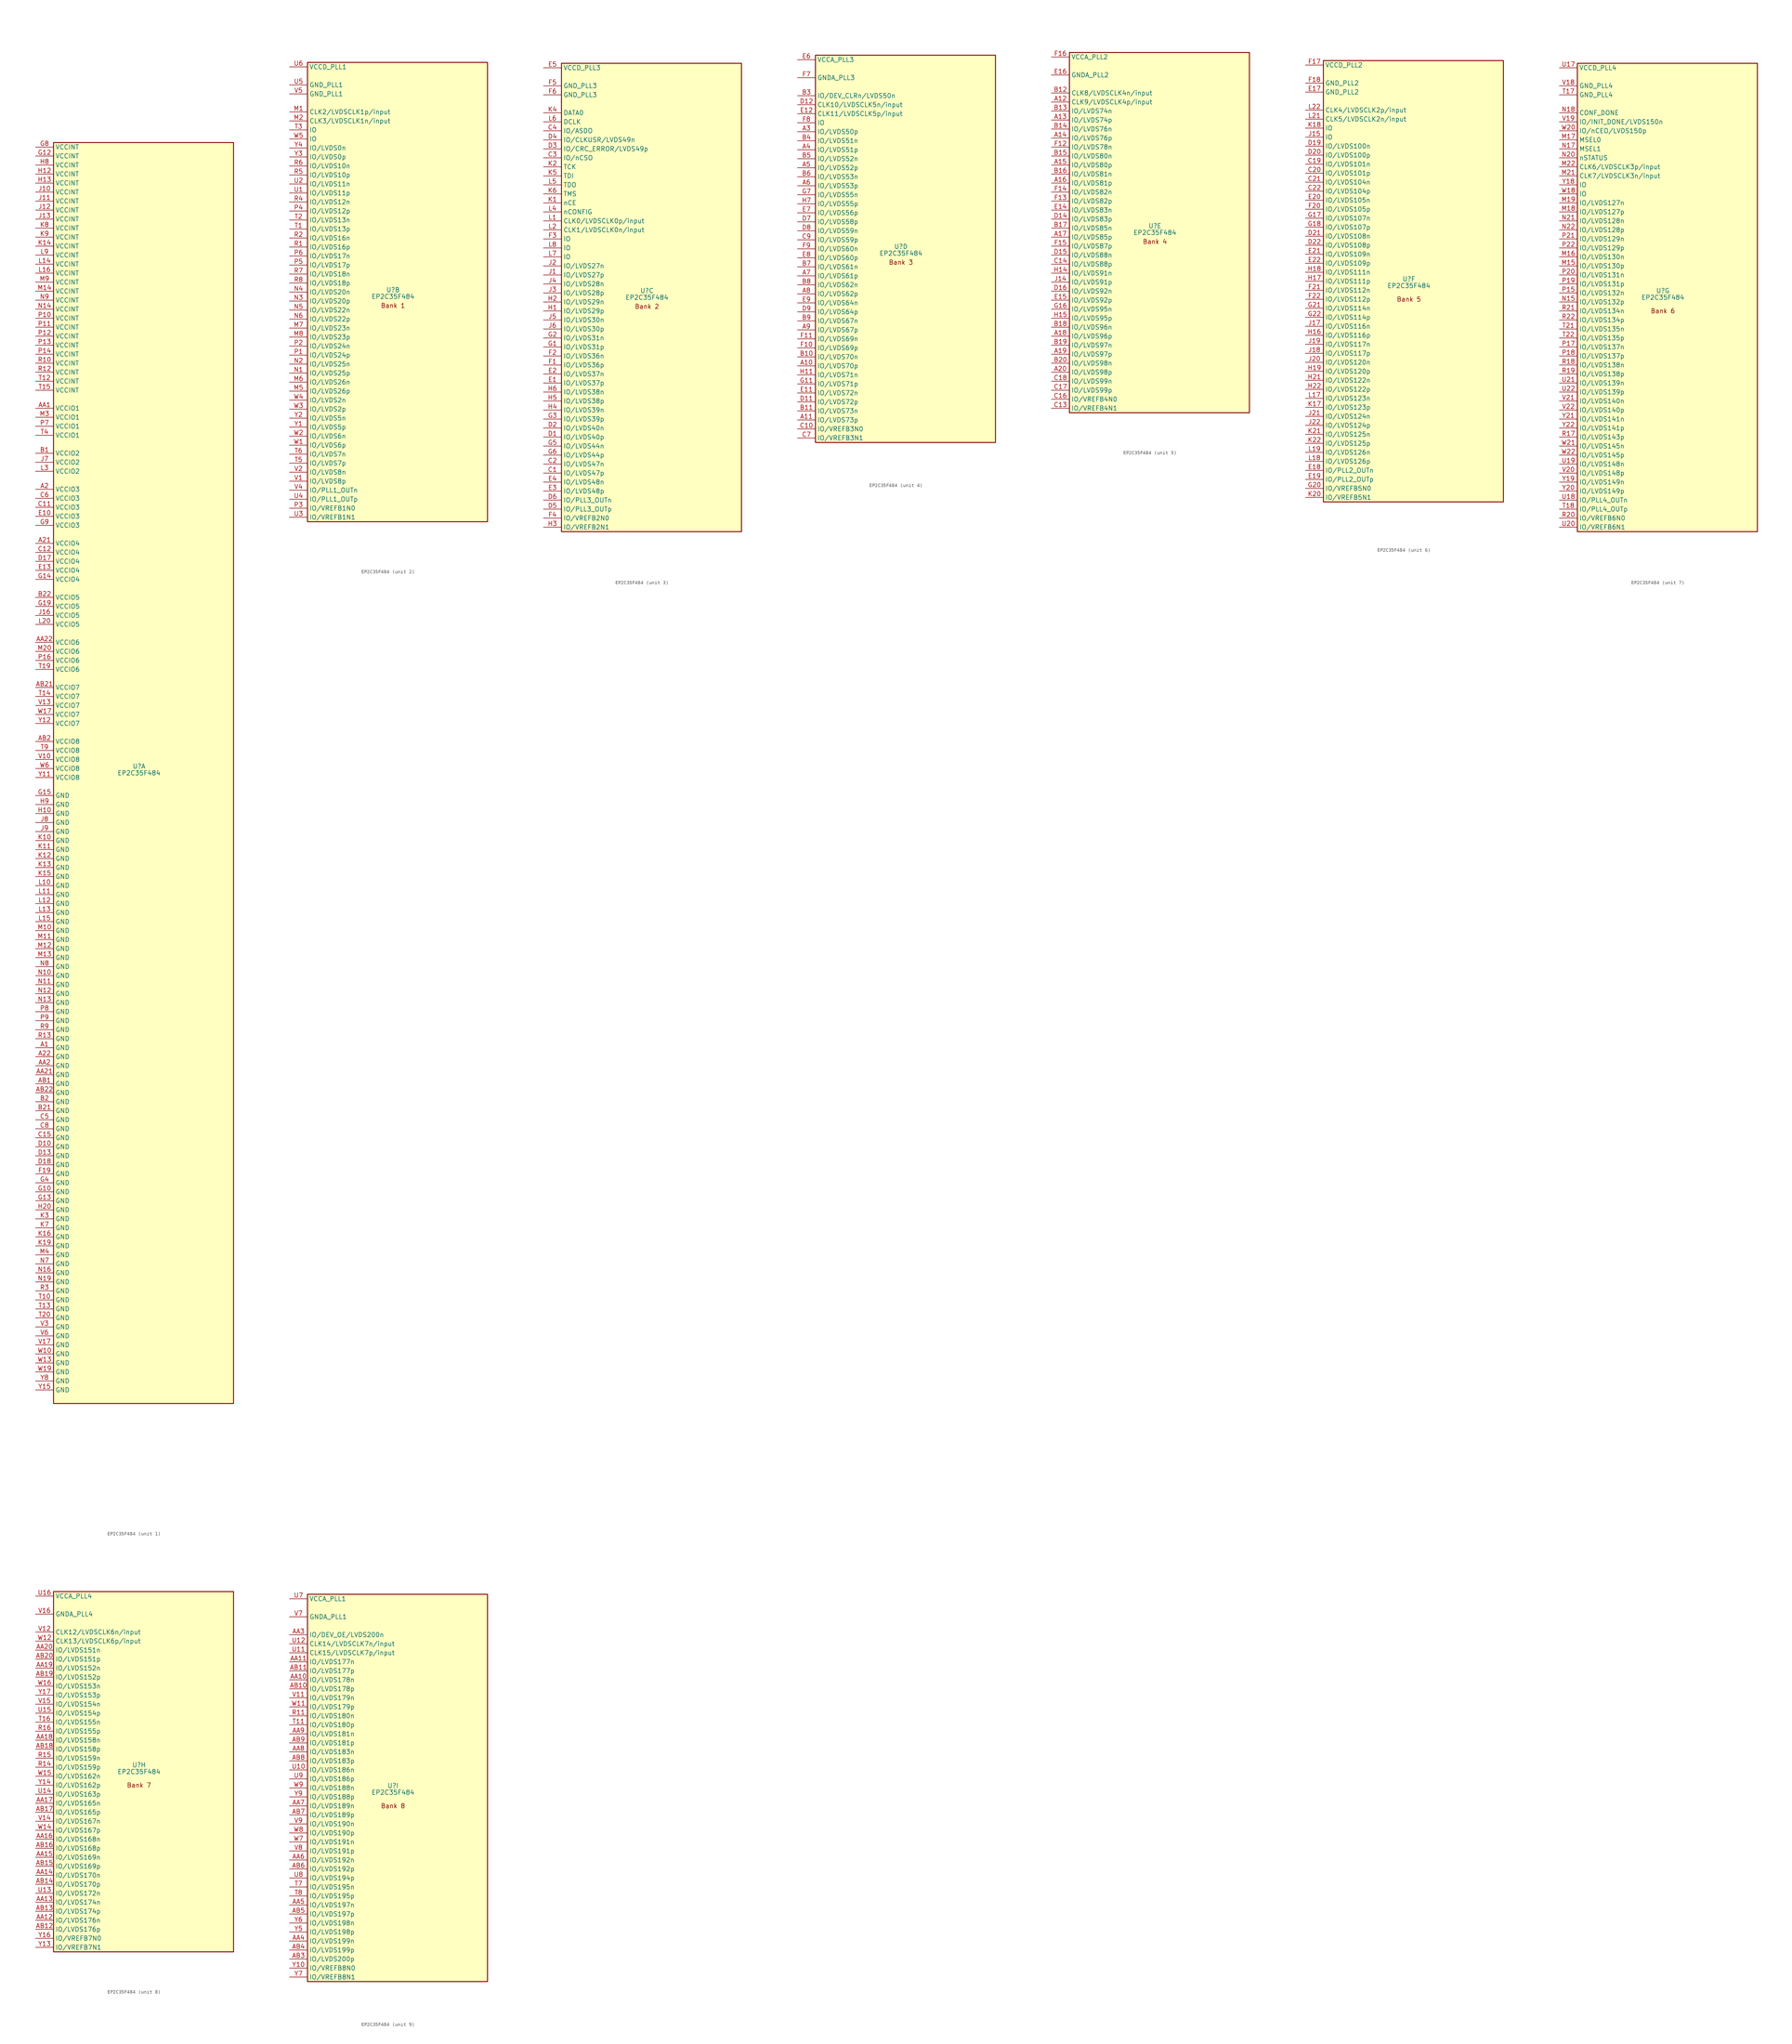
<source format=kicad_sym>
(kicad_symbol_lib
  (version 20241209)
  (generator "kicad_symbol_editor")
  (generator_version "9.0")
  (symbol "EP2C35F484"
    (property "Reference" "U"
      (at -1.27 0.635 0)
      (effects (font (size 1.27 1.27))))
    (property "Value" "EP2C35F484"
      (at -1.27 -1.27 0)
      (effects (font (size 1.27 1.27))))
    (property "ki_locked" ""
      (at 0 0 0)
      (effects (font (size 1.27 1.27))))
    (symbol "EP2C35F484_1_1"
      (rectangle (start -25.4 176.53) (end 25.4 -179.07) (stroke (width 0.254) (type default)) (fill (type background)))
      (pin power_in line (at -30.48 175.26 0) (length 5.08) (name "VCCINT" (effects (font (size 1.27 1.27)))) (number "G8" (effects (font (size 1.27 1.27)))))
      (pin power_in line (at -30.48 172.72 0) (length 5.08) (name "VCCINT" (effects (font (size 1.27 1.27)))) (number "G12" (effects (font (size 1.27 1.27)))))
      (pin power_in line (at -30.48 170.18 0) (length 5.08) (name "VCCINT" (effects (font (size 1.27 1.27)))) (number "H8" (effects (font (size 1.27 1.27)))))
      (pin power_in line (at -30.48 167.64 0) (length 5.08) (name "VCCINT" (effects (font (size 1.27 1.27)))) (number "H12" (effects (font (size 1.27 1.27)))))
      (pin power_in line (at -30.48 165.1 0) (length 5.08) (name "VCCINT" (effects (font (size 1.27 1.27)))) (number "H13" (effects (font (size 1.27 1.27)))))
      (pin power_in line (at -30.48 162.56 0) (length 5.08) (name "VCCINT" (effects (font (size 1.27 1.27)))) (number "J10" (effects (font (size 1.27 1.27)))))
      (pin power_in line (at -30.48 160.02 0) (length 5.08) (name "VCCINT" (effects (font (size 1.27 1.27)))) (number "J11" (effects (font (size 1.27 1.27)))))
      (pin power_in line (at -30.48 157.48 0) (length 5.08) (name "VCCINT" (effects (font (size 1.27 1.27)))) (number "J12" (effects (font (size 1.27 1.27)))))
      (pin power_in line (at -30.48 154.94 0) (length 5.08) (name "VCCINT" (effects (font (size 1.27 1.27)))) (number "J13" (effects (font (size 1.27 1.27)))))
      (pin power_in line (at -30.48 152.4 0) (length 5.08) (name "VCCINT" (effects (font (size 1.27 1.27)))) (number "K8" (effects (font (size 1.27 1.27)))))
      (pin power_in line (at -30.48 149.86 0) (length 5.08) (name "VCCINT" (effects (font (size 1.27 1.27)))) (number "K9" (effects (font (size 1.27 1.27)))))
      (pin power_in line (at -30.48 147.32 0) (length 5.08) (name "VCCINT" (effects (font (size 1.27 1.27)))) (number "K14" (effects (font (size 1.27 1.27)))))
      (pin power_in line (at -30.48 144.78 0) (length 5.08) (name "VCCINT" (effects (font (size 1.27 1.27)))) (number "L9" (effects (font (size 1.27 1.27)))))
      (pin power_in line (at -30.48 142.24 0) (length 5.08) (name "VCCINT" (effects (font (size 1.27 1.27)))) (number "L14" (effects (font (size 1.27 1.27)))))
      (pin power_in line (at -30.48 139.7 0) (length 5.08) (name "VCCINT" (effects (font (size 1.27 1.27)))) (number "L16" (effects (font (size 1.27 1.27)))))
      (pin power_in line (at -30.48 137.16 0) (length 5.08) (name "VCCINT" (effects (font (size 1.27 1.27)))) (number "M9" (effects (font (size 1.27 1.27)))))
      (pin power_in line (at -30.48 134.62 0) (length 5.08) (name "VCCINT" (effects (font (size 1.27 1.27)))) (number "M14" (effects (font (size 1.27 1.27)))))
      (pin power_in line (at -30.48 132.08 0) (length 5.08) (name "VCCINT" (effects (font (size 1.27 1.27)))) (number "N9" (effects (font (size 1.27 1.27)))))
      (pin power_in line (at -30.48 129.54 0) (length 5.08) (name "VCCINT" (effects (font (size 1.27 1.27)))) (number "N14" (effects (font (size 1.27 1.27)))))
      (pin power_in line (at -30.48 127 0) (length 5.08) (name "VCCINT" (effects (font (size 1.27 1.27)))) (number "P10" (effects (font (size 1.27 1.27)))))
      (pin power_in line (at -30.48 124.46 0) (length 5.08) (name "VCCINT" (effects (font (size 1.27 1.27)))) (number "P11" (effects (font (size 1.27 1.27)))))
      (pin power_in line (at -30.48 121.92 0) (length 5.08) (name "VCCINT" (effects (font (size 1.27 1.27)))) (number "P12" (effects (font (size 1.27 1.27)))))
      (pin power_in line (at -30.48 119.38 0) (length 5.08) (name "VCCINT" (effects (font (size 1.27 1.27)))) (number "P13" (effects (font (size 1.27 1.27)))))
      (pin power_in line (at -30.48 116.84 0) (length 5.08) (name "VCCINT" (effects (font (size 1.27 1.27)))) (number "P14" (effects (font (size 1.27 1.27)))))
      (pin power_in line (at -30.48 114.3 0) (length 5.08) (name "VCCINT" (effects (font (size 1.27 1.27)))) (number "R10" (effects (font (size 1.27 1.27)))))
      (pin power_in line (at -30.48 111.76 0) (length 5.08) (name "VCCINT" (effects (font (size 1.27 1.27)))) (number "R12" (effects (font (size 1.27 1.27)))))
      (pin power_in line (at -30.48 109.22 0) (length 5.08) (name "VCCINT" (effects (font (size 1.27 1.27)))) (number "T12" (effects (font (size 1.27 1.27)))))
      (pin power_in line (at -30.48 106.68 0) (length 5.08) (name "VCCINT" (effects (font (size 1.27 1.27)))) (number "T15" (effects (font (size 1.27 1.27)))))
      (pin power_in line (at -30.48 101.6 0) (length 5.08) (name "VCCIO1" (effects (font (size 1.27 1.27)))) (number "AA1" (effects (font (size 1.27 1.27)))))
      (pin power_in line (at -30.48 99.06 0) (length 5.08) (name "VCCIO1" (effects (font (size 1.27 1.27)))) (number "M3" (effects (font (size 1.27 1.27)))))
      (pin power_in line (at -30.48 96.52 0) (length 5.08) (name "VCCIO1" (effects (font (size 1.27 1.27)))) (number "P7" (effects (font (size 1.27 1.27)))))
      (pin power_in line (at -30.48 93.98 0) (length 5.08) (name "VCCIO1" (effects (font (size 1.27 1.27)))) (number "T4" (effects (font (size 1.27 1.27)))))
      (pin power_in line (at -30.48 88.9 0) (length 5.08) (name "VCCIO2" (effects (font (size 1.27 1.27)))) (number "B1" (effects (font (size 1.27 1.27)))))
      (pin power_in line (at -30.48 86.36 0) (length 5.08) (name "VCCIO2" (effects (font (size 1.27 1.27)))) (number "J7" (effects (font (size 1.27 1.27)))))
      (pin power_in line (at -30.48 83.82 0) (length 5.08) (name "VCCIO2" (effects (font (size 1.27 1.27)))) (number "L3" (effects (font (size 1.27 1.27)))))
      (pin power_in line (at -30.48 78.74 0) (length 5.08) (name "VCCIO3" (effects (font (size 1.27 1.27)))) (number "A2" (effects (font (size 1.27 1.27)))))
      (pin power_in line (at -30.48 76.2 0) (length 5.08) (name "VCCIO3" (effects (font (size 1.27 1.27)))) (number "C6" (effects (font (size 1.27 1.27)))))
      (pin power_in line (at -30.48 73.66 0) (length 5.08) (name "VCCIO3" (effects (font (size 1.27 1.27)))) (number "C11" (effects (font (size 1.27 1.27)))))
      (pin power_in line (at -30.48 71.12 0) (length 5.08) (name "VCCIO3" (effects (font (size 1.27 1.27)))) (number "E10" (effects (font (size 1.27 1.27)))))
      (pin power_in line (at -30.48 68.58 0) (length 5.08) (name "VCCIO3" (effects (font (size 1.27 1.27)))) (number "G9" (effects (font (size 1.27 1.27)))))
      (pin power_in line (at -30.48 63.5 0) (length 5.08) (name "VCCIO4" (effects (font (size 1.27 1.27)))) (number "A21" (effects (font (size 1.27 1.27)))))
      (pin power_in line (at -30.48 60.96 0) (length 5.08) (name "VCCIO4" (effects (font (size 1.27 1.27)))) (number "C12" (effects (font (size 1.27 1.27)))))
      (pin power_in line (at -30.48 58.42 0) (length 5.08) (name "VCCIO4" (effects (font (size 1.27 1.27)))) (number "D17" (effects (font (size 1.27 1.27)))))
      (pin power_in line (at -30.48 55.88 0) (length 5.08) (name "VCCIO4" (effects (font (size 1.27 1.27)))) (number "E13" (effects (font (size 1.27 1.27)))))
      (pin power_in line (at -30.48 53.34 0) (length 5.08) (name "VCCIO4" (effects (font (size 1.27 1.27)))) (number "G14" (effects (font (size 1.27 1.27)))))
      (pin power_in line (at -30.48 48.26 0) (length 5.08) (name "VCCIO5" (effects (font (size 1.27 1.27)))) (number "B22" (effects (font (size 1.27 1.27)))))
      (pin power_in line (at -30.48 45.72 0) (length 5.08) (name "VCCIO5" (effects (font (size 1.27 1.27)))) (number "G19" (effects (font (size 1.27 1.27)))))
      (pin power_in line (at -30.48 43.18 0) (length 5.08) (name "VCCIO5" (effects (font (size 1.27 1.27)))) (number "J16" (effects (font (size 1.27 1.27)))))
      (pin power_in line (at -30.48 40.64 0) (length 5.08) (name "VCCIO5" (effects (font (size 1.27 1.27)))) (number "L20" (effects (font (size 1.27 1.27)))))
      (pin power_in line (at -30.48 35.56 0) (length 5.08) (name "VCCIO6" (effects (font (size 1.27 1.27)))) (number "AA22" (effects (font (size 1.27 1.27)))))
      (pin power_in line (at -30.48 33.02 0) (length 5.08) (name "VCCIO6" (effects (font (size 1.27 1.27)))) (number "M20" (effects (font (size 1.27 1.27)))))
      (pin power_in line (at -30.48 30.48 0) (length 5.08) (name "VCCIO6" (effects (font (size 1.27 1.27)))) (number "P16" (effects (font (size 1.27 1.27)))))
      (pin power_in line (at -30.48 27.94 0) (length 5.08) (name "VCCIO6" (effects (font (size 1.27 1.27)))) (number "T19" (effects (font (size 1.27 1.27)))))
      (pin power_in line (at -30.48 22.86 0) (length 5.08) (name "VCCIO7" (effects (font (size 1.27 1.27)))) (number "AB21" (effects (font (size 1.27 1.27)))))
      (pin power_in line (at -30.48 20.32 0) (length 5.08) (name "VCCIO7" (effects (font (size 1.27 1.27)))) (number "T14" (effects (font (size 1.27 1.27)))))
      (pin power_in line (at -30.48 17.78 0) (length 5.08) (name "VCCIO7" (effects (font (size 1.27 1.27)))) (number "V13" (effects (font (size 1.27 1.27)))))
      (pin power_in line (at -30.48 15.24 0) (length 5.08) (name "VCCIO7" (effects (font (size 1.27 1.27)))) (number "W17" (effects (font (size 1.27 1.27)))))
      (pin power_in line (at -30.48 12.7 0) (length 5.08) (name "VCCIO7" (effects (font (size 1.27 1.27)))) (number "Y12" (effects (font (size 1.27 1.27)))))
      (pin power_in line (at -30.48 7.62 0) (length 5.08) (name "VCCIO8" (effects (font (size 1.27 1.27)))) (number "AB2" (effects (font (size 1.27 1.27)))))
      (pin power_in line (at -30.48 5.08 0) (length 5.08) (name "VCCIO8" (effects (font (size 1.27 1.27)))) (number "T9" (effects (font (size 1.27 1.27)))))
      (pin power_in line (at -30.48 2.54 0) (length 5.08) (name "VCCIO8" (effects (font (size 1.27 1.27)))) (number "V10" (effects (font (size 1.27 1.27)))))
      (pin power_in line (at -30.48 0 0) (length 5.08) (name "VCCIO8" (effects (font (size 1.27 1.27)))) (number "W6" (effects (font (size 1.27 1.27)))))
      (pin power_in line (at -30.48 -2.54 0) (length 5.08) (name "VCCIO8" (effects (font (size 1.27 1.27)))) (number "Y11" (effects (font (size 1.27 1.27)))))
      (pin power_in line (at -30.48 -7.62 0) (length 5.08) (name "GND" (effects (font (size 1.27 1.27)))) (number "G15" (effects (font (size 1.27 1.27)))))
      (pin power_in line (at -30.48 -10.16 0) (length 5.08) (name "GND" (effects (font (size 1.27 1.27)))) (number "H9" (effects (font (size 1.27 1.27)))))
      (pin power_in line (at -30.48 -12.7 0) (length 5.08) (name "GND" (effects (font (size 1.27 1.27)))) (number "H10" (effects (font (size 1.27 1.27)))))
      (pin power_in line (at -30.48 -15.24 0) (length 5.08) (name "GND" (effects (font (size 1.27 1.27)))) (number "J8" (effects (font (size 1.27 1.27)))))
      (pin power_in line (at -30.48 -17.78 0) (length 5.08) (name "GND" (effects (font (size 1.27 1.27)))) (number "J9" (effects (font (size 1.27 1.27)))))
      (pin power_in line (at -30.48 -20.32 0) (length 5.08) (name "GND" (effects (font (size 1.27 1.27)))) (number "K10" (effects (font (size 1.27 1.27)))))
      (pin power_in line (at -30.48 -22.86 0) (length 5.08) (name "GND" (effects (font (size 1.27 1.27)))) (number "K11" (effects (font (size 1.27 1.27)))))
      (pin power_in line (at -30.48 -25.4 0) (length 5.08) (name "GND" (effects (font (size 1.27 1.27)))) (number "K12" (effects (font (size 1.27 1.27)))))
      (pin power_in line (at -30.48 -27.94 0) (length 5.08) (name "GND" (effects (font (size 1.27 1.27)))) (number "K13" (effects (font (size 1.27 1.27)))))
      (pin power_in line (at -30.48 -30.48 0) (length 5.08) (name "GND" (effects (font (size 1.27 1.27)))) (number "K15" (effects (font (size 1.27 1.27)))))
      (pin power_in line (at -30.48 -33.02 0) (length 5.08) (name "GND" (effects (font (size 1.27 1.27)))) (number "L10" (effects (font (size 1.27 1.27)))))
      (pin power_in line (at -30.48 -35.56 0) (length 5.08) (name "GND" (effects (font (size 1.27 1.27)))) (number "L11" (effects (font (size 1.27 1.27)))))
      (pin power_in line (at -30.48 -38.1 0) (length 5.08) (name "GND" (effects (font (size 1.27 1.27)))) (number "L12" (effects (font (size 1.27 1.27)))))
      (pin power_in line (at -30.48 -40.64 0) (length 5.08) (name "GND" (effects (font (size 1.27 1.27)))) (number "L13" (effects (font (size 1.27 1.27)))))
      (pin power_in line (at -30.48 -43.18 0) (length 5.08) (name "GND" (effects (font (size 1.27 1.27)))) (number "L15" (effects (font (size 1.27 1.27)))))
      (pin power_in line (at -30.48 -45.72 0) (length 5.08) (name "GND" (effects (font (size 1.27 1.27)))) (number "M10" (effects (font (size 1.27 1.27)))))
      (pin power_in line (at -30.48 -48.26 0) (length 5.08) (name "GND" (effects (font (size 1.27 1.27)))) (number "M11" (effects (font (size 1.27 1.27)))))
      (pin power_in line (at -30.48 -50.8 0) (length 5.08) (name "GND" (effects (font (size 1.27 1.27)))) (number "M12" (effects (font (size 1.27 1.27)))))
      (pin power_in line (at -30.48 -53.34 0) (length 5.08) (name "GND" (effects (font (size 1.27 1.27)))) (number "M13" (effects (font (size 1.27 1.27)))))
      (pin power_in line (at -30.48 -55.88 0) (length 5.08) (name "GND" (effects (font (size 1.27 1.27)))) (number "N8" (effects (font (size 1.27 1.27)))))
      (pin power_in line (at -30.48 -58.42 0) (length 5.08) (name "GND" (effects (font (size 1.27 1.27)))) (number "N10" (effects (font (size 1.27 1.27)))))
      (pin power_in line (at -30.48 -60.96 0) (length 5.08) (name "GND" (effects (font (size 1.27 1.27)))) (number "N11" (effects (font (size 1.27 1.27)))))
      (pin power_in line (at -30.48 -63.5 0) (length 5.08) (name "GND" (effects (font (size 1.27 1.27)))) (number "N12" (effects (font (size 1.27 1.27)))))
      (pin power_in line (at -30.48 -66.04 0) (length 5.08) (name "GND" (effects (font (size 1.27 1.27)))) (number "N13" (effects (font (size 1.27 1.27)))))
      (pin power_in line (at -30.48 -68.58 0) (length 5.08) (name "GND" (effects (font (size 1.27 1.27)))) (number "P8" (effects (font (size 1.27 1.27)))))
      (pin power_in line (at -30.48 -71.12 0) (length 5.08) (name "GND" (effects (font (size 1.27 1.27)))) (number "P9" (effects (font (size 1.27 1.27)))))
      (pin power_in line (at -30.48 -73.66 0) (length 5.08) (name "GND" (effects (font (size 1.27 1.27)))) (number "R9" (effects (font (size 1.27 1.27)))))
      (pin power_in line (at -30.48 -76.2 0) (length 5.08) (name "GND" (effects (font (size 1.27 1.27)))) (number "R13" (effects (font (size 1.27 1.27)))))
      (pin power_in line (at -30.48 -78.74 0) (length 5.08) (name "GND" (effects (font (size 1.27 1.27)))) (number "A1" (effects (font (size 1.27 1.27)))))
      (pin power_in line (at -30.48 -81.28 0) (length 5.08) (name "GND" (effects (font (size 1.27 1.27)))) (number "A22" (effects (font (size 1.27 1.27)))))
      (pin power_in line (at -30.48 -83.82 0) (length 5.08) (name "GND" (effects (font (size 1.27 1.27)))) (number "AA2" (effects (font (size 1.27 1.27)))))
      (pin power_in line (at -30.48 -86.36 0) (length 5.08) (name "GND" (effects (font (size 1.27 1.27)))) (number "AA21" (effects (font (size 1.27 1.27)))))
      (pin power_in line (at -30.48 -88.9 0) (length 5.08) (name "GND" (effects (font (size 1.27 1.27)))) (number "AB1" (effects (font (size 1.27 1.27)))))
      (pin power_in line (at -30.48 -91.44 0) (length 5.08) (name "GND" (effects (font (size 1.27 1.27)))) (number "AB22" (effects (font (size 1.27 1.27)))))
      (pin power_in line (at -30.48 -93.98 0) (length 5.08) (name "GND" (effects (font (size 1.27 1.27)))) (number "B2" (effects (font (size 1.27 1.27)))))
      (pin power_in line (at -30.48 -96.52 0) (length 5.08) (name "GND" (effects (font (size 1.27 1.27)))) (number "B21" (effects (font (size 1.27 1.27)))))
      (pin power_in line (at -30.48 -99.06 0) (length 5.08) (name "GND" (effects (font (size 1.27 1.27)))) (number "C5" (effects (font (size 1.27 1.27)))))
      (pin power_in line (at -30.48 -101.6 0) (length 5.08) (name "GND" (effects (font (size 1.27 1.27)))) (number "C8" (effects (font (size 1.27 1.27)))))
      (pin power_in line (at -30.48 -104.14 0) (length 5.08) (name "GND" (effects (font (size 1.27 1.27)))) (number "C15" (effects (font (size 1.27 1.27)))))
      (pin power_in line (at -30.48 -106.68 0) (length 5.08) (name "GND" (effects (font (size 1.27 1.27)))) (number "D10" (effects (font (size 1.27 1.27)))))
      (pin power_in line (at -30.48 -109.22 0) (length 5.08) (name "GND" (effects (font (size 1.27 1.27)))) (number "D13" (effects (font (size 1.27 1.27)))))
      (pin power_in line (at -30.48 -111.76 0) (length 5.08) (name "GND" (effects (font (size 1.27 1.27)))) (number "D18" (effects (font (size 1.27 1.27)))))
      (pin power_in line (at -30.48 -114.3 0) (length 5.08) (name "GND" (effects (font (size 1.27 1.27)))) (number "F19" (effects (font (size 1.27 1.27)))))
      (pin power_in line (at -30.48 -116.84 0) (length 5.08) (name "GND" (effects (font (size 1.27 1.27)))) (number "G4" (effects (font (size 1.27 1.27)))))
      (pin power_in line (at -30.48 -119.38 0) (length 5.08) (name "GND" (effects (font (size 1.27 1.27)))) (number "G10" (effects (font (size 1.27 1.27)))))
      (pin power_in line (at -30.48 -121.92 0) (length 5.08) (name "GND" (effects (font (size 1.27 1.27)))) (number "G13" (effects (font (size 1.27 1.27)))))
      (pin power_in line (at -30.48 -124.46 0) (length 5.08) (name "GND" (effects (font (size 1.27 1.27)))) (number "H20" (effects (font (size 1.27 1.27)))))
      (pin power_in line (at -30.48 -127 0) (length 5.08) (name "GND" (effects (font (size 1.27 1.27)))) (number "K3" (effects (font (size 1.27 1.27)))))
      (pin power_in line (at -30.48 -129.54 0) (length 5.08) (name "GND" (effects (font (size 1.27 1.27)))) (number "K7" (effects (font (size 1.27 1.27)))))
      (pin power_in line (at -30.48 -132.08 0) (length 5.08) (name "GND" (effects (font (size 1.27 1.27)))) (number "K16" (effects (font (size 1.27 1.27)))))
      (pin power_in line (at -30.48 -134.62 0) (length 5.08) (name "GND" (effects (font (size 1.27 1.27)))) (number "K19" (effects (font (size 1.27 1.27)))))
      (pin power_in line (at -30.48 -137.16 0) (length 5.08) (name "GND" (effects (font (size 1.27 1.27)))) (number "M4" (effects (font (size 1.27 1.27)))))
      (pin power_in line (at -30.48 -139.7 0) (length 5.08) (name "GND" (effects (font (size 1.27 1.27)))) (number "N7" (effects (font (size 1.27 1.27)))))
      (pin power_in line (at -30.48 -142.24 0) (length 5.08) (name "GND" (effects (font (size 1.27 1.27)))) (number "N16" (effects (font (size 1.27 1.27)))))
      (pin power_in line (at -30.48 -144.78 0) (length 5.08) (name "GND" (effects (font (size 1.27 1.27)))) (number "N19" (effects (font (size 1.27 1.27)))))
      (pin power_in line (at -30.48 -147.32 0) (length 5.08) (name "GND" (effects (font (size 1.27 1.27)))) (number "R3" (effects (font (size 1.27 1.27)))))
      (pin power_in line (at -30.48 -149.86 0) (length 5.08) (name "GND" (effects (font (size 1.27 1.27)))) (number "T10" (effects (font (size 1.27 1.27)))))
      (pin power_in line (at -30.48 -152.4 0) (length 5.08) (name "GND" (effects (font (size 1.27 1.27)))) (number "T13" (effects (font (size 1.27 1.27)))))
      (pin power_in line (at -30.48 -154.94 0) (length 5.08) (name "GND" (effects (font (size 1.27 1.27)))) (number "T20" (effects (font (size 1.27 1.27)))))
      (pin power_in line (at -30.48 -157.48 0) (length 5.08) (name "GND" (effects (font (size 1.27 1.27)))) (number "V3" (effects (font (size 1.27 1.27)))))
      (pin power_in line (at -30.48 -160.02 0) (length 5.08) (name "GND" (effects (font (size 1.27 1.27)))) (number "V6" (effects (font (size 1.27 1.27)))))
      (pin power_in line (at -30.48 -162.56 0) (length 5.08) (name "GND" (effects (font (size 1.27 1.27)))) (number "V17" (effects (font (size 1.27 1.27)))))
      (pin power_in line (at -30.48 -165.1 0) (length 5.08) (name "GND" (effects (font (size 1.27 1.27)))) (number "W10" (effects (font (size 1.27 1.27)))))
      (pin power_in line (at -30.48 -167.64 0) (length 5.08) (name "GND" (effects (font (size 1.27 1.27)))) (number "W13" (effects (font (size 1.27 1.27)))))
      (pin power_in line (at -30.48 -170.18 0) (length 5.08) (name "GND" (effects (font (size 1.27 1.27)))) (number "W19" (effects (font (size 1.27 1.27)))))
      (pin power_in line (at -30.48 -172.72 0) (length 5.08) (name "GND" (effects (font (size 1.27 1.27)))) (number "Y8" (effects (font (size 1.27 1.27)))))
      (pin power_in line (at -30.48 -175.26 0) (length 5.08) (name "GND" (effects (font (size 1.27 1.27)))) (number "Y15" (effects (font (size 1.27 1.27))))))
    (symbol "EP2C35F484_2_1"
      (rectangle (start -25.4 64.77) (end 25.4 -64.77) (stroke (width 0.254) (type default)) (fill (type background)))
      (text "Bank 1" (at -1.27 -3.81 0) (effects (font (size 1.27 1.27))))
      (pin power_in line (at -30.48 63.5 0) (length 5.08) (name "VCCD_PLL1" (effects (font (size 1.27 1.27)))) (number "U6" (effects (font (size 1.27 1.27)))))
      (pin power_in line (at -30.48 58.42 0) (length 5.08) (name "GND_PLL1" (effects (font (size 1.27 1.27)))) (number "U5" (effects (font (size 1.27 1.27)))))
      (pin power_in line (at -30.48 55.88 0) (length 5.08) (name "GND_PLL1" (effects (font (size 1.27 1.27)))) (number "V5" (effects (font (size 1.27 1.27)))))
      (pin bidirectional line (at -30.48 50.8 0) (length 5.08) (name "CLK2/LVDSCLK1p/input" (effects (font (size 1.27 1.27)))) (number "M1" (effects (font (size 1.27 1.27)))))
      (pin bidirectional line (at -30.48 48.26 0) (length 5.08) (name "CLK3/LVDSCLK1n/input" (effects (font (size 1.27 1.27)))) (number "M2" (effects (font (size 1.27 1.27)))))
      (pin bidirectional line (at -30.48 45.72 0) (length 5.08) (name "IO" (effects (font (size 1.27 1.27)))) (number "T3" (effects (font (size 1.27 1.27)))))
      (pin bidirectional line (at -30.48 43.18 0) (length 5.08) (name "IO" (effects (font (size 1.27 1.27)))) (number "W5" (effects (font (size 1.27 1.27)))))
      (pin bidirectional line (at -30.48 40.64 0) (length 5.08) (name "IO/LVDS0n" (effects (font (size 1.27 1.27)))) (number "Y4" (effects (font (size 1.27 1.27)))))
      (pin bidirectional line (at -30.48 38.1 0) (length 5.08) (name "IO/LVDS0p" (effects (font (size 1.27 1.27)))) (number "Y3" (effects (font (size 1.27 1.27)))))
      (pin bidirectional line (at -30.48 35.56 0) (length 5.08) (name "IO/LVDS10n" (effects (font (size 1.27 1.27)))) (number "R6" (effects (font (size 1.27 1.27)))))
      (pin bidirectional line (at -30.48 33.02 0) (length 5.08) (name "IO/LVDS10p" (effects (font (size 1.27 1.27)))) (number "R5" (effects (font (size 1.27 1.27)))))
      (pin bidirectional line (at -30.48 30.48 0) (length 5.08) (name "IO/LVDS11n" (effects (font (size 1.27 1.27)))) (number "U2" (effects (font (size 1.27 1.27)))))
      (pin bidirectional line (at -30.48 27.94 0) (length 5.08) (name "IO/LVDS11p" (effects (font (size 1.27 1.27)))) (number "U1" (effects (font (size 1.27 1.27)))))
      (pin bidirectional line (at -30.48 25.4 0) (length 5.08) (name "IO/LVDS12n" (effects (font (size 1.27 1.27)))) (number "R4" (effects (font (size 1.27 1.27)))))
      (pin bidirectional line (at -30.48 22.86 0) (length 5.08) (name "IO/LVDS12p" (effects (font (size 1.27 1.27)))) (number "P4" (effects (font (size 1.27 1.27)))))
      (pin bidirectional line (at -30.48 20.32 0) (length 5.08) (name "IO/LVDS13n" (effects (font (size 1.27 1.27)))) (number "T2" (effects (font (size 1.27 1.27)))))
      (pin bidirectional line (at -30.48 17.78 0) (length 5.08) (name "IO/LVDS13p" (effects (font (size 1.27 1.27)))) (number "T1" (effects (font (size 1.27 1.27)))))
      (pin bidirectional line (at -30.48 15.24 0) (length 5.08) (name "IO/LVDS16n" (effects (font (size 1.27 1.27)))) (number "R2" (effects (font (size 1.27 1.27)))))
      (pin bidirectional line (at -30.48 12.7 0) (length 5.08) (name "IO/LVDS16p" (effects (font (size 1.27 1.27)))) (number "R1" (effects (font (size 1.27 1.27)))))
      (pin bidirectional line (at -30.48 10.16 0) (length 5.08) (name "IO/LVDS17n" (effects (font (size 1.27 1.27)))) (number "P6" (effects (font (size 1.27 1.27)))))
      (pin bidirectional line (at -30.48 7.62 0) (length 5.08) (name "IO/LVDS17p" (effects (font (size 1.27 1.27)))) (number "P5" (effects (font (size 1.27 1.27)))))
      (pin bidirectional line (at -30.48 5.08 0) (length 5.08) (name "IO/LVDS18n" (effects (font (size 1.27 1.27)))) (number "R7" (effects (font (size 1.27 1.27)))))
      (pin bidirectional line (at -30.48 2.54 0) (length 5.08) (name "IO/LVDS18p" (effects (font (size 1.27 1.27)))) (number "R8" (effects (font (size 1.27 1.27)))))
      (pin bidirectional line (at -30.48 0 0) (length 5.08) (name "IO/LVDS20n" (effects (font (size 1.27 1.27)))) (number "N4" (effects (font (size 1.27 1.27)))))
      (pin bidirectional line (at -30.48 -2.54 0) (length 5.08) (name "IO/LVDS20p" (effects (font (size 1.27 1.27)))) (number "N3" (effects (font (size 1.27 1.27)))))
      (pin bidirectional line (at -30.48 -5.08 0) (length 5.08) (name "IO/LVDS22n" (effects (font (size 1.27 1.27)))) (number "N5" (effects (font (size 1.27 1.27)))))
      (pin bidirectional line (at -30.48 -7.62 0) (length 5.08) (name "IO/LVDS22p" (effects (font (size 1.27 1.27)))) (number "N6" (effects (font (size 1.27 1.27)))))
      (pin bidirectional line (at -30.48 -10.16 0) (length 5.08) (name "IO/LVDS23n" (effects (font (size 1.27 1.27)))) (number "M7" (effects (font (size 1.27 1.27)))))
      (pin bidirectional line (at -30.48 -12.7 0) (length 5.08) (name "IO/LVDS23p" (effects (font (size 1.27 1.27)))) (number "M8" (effects (font (size 1.27 1.27)))))
      (pin bidirectional line (at -30.48 -15.24 0) (length 5.08) (name "IO/LVDS24n" (effects (font (size 1.27 1.27)))) (number "P2" (effects (font (size 1.27 1.27)))))
      (pin bidirectional line (at -30.48 -17.78 0) (length 5.08) (name "IO/LVDS24p" (effects (font (size 1.27 1.27)))) (number "P1" (effects (font (size 1.27 1.27)))))
      (pin bidirectional line (at -30.48 -20.32 0) (length 5.08) (name "IO/LVDS25n" (effects (font (size 1.27 1.27)))) (number "N2" (effects (font (size 1.27 1.27)))))
      (pin bidirectional line (at -30.48 -22.86 0) (length 5.08) (name "IO/LVDS25p" (effects (font (size 1.27 1.27)))) (number "N1" (effects (font (size 1.27 1.27)))))
      (pin bidirectional line (at -30.48 -25.4 0) (length 5.08) (name "IO/LVDS26n" (effects (font (size 1.27 1.27)))) (number "M6" (effects (font (size 1.27 1.27)))))
      (pin bidirectional line (at -30.48 -27.94 0) (length 5.08) (name "IO/LVDS26p" (effects (font (size 1.27 1.27)))) (number "M5" (effects (font (size 1.27 1.27)))))
      (pin bidirectional line (at -30.48 -30.48 0) (length 5.08) (name "IO/LVDS2n" (effects (font (size 1.27 1.27)))) (number "W4" (effects (font (size 1.27 1.27)))))
      (pin bidirectional line (at -30.48 -33.02 0) (length 5.08) (name "IO/LVDS2p" (effects (font (size 1.27 1.27)))) (number "W3" (effects (font (size 1.27 1.27)))))
      (pin bidirectional line (at -30.48 -35.56 0) (length 5.08) (name "IO/LVDS5n" (effects (font (size 1.27 1.27)))) (number "Y2" (effects (font (size 1.27 1.27)))))
      (pin bidirectional line (at -30.48 -38.1 0) (length 5.08) (name "IO/LVDS5p" (effects (font (size 1.27 1.27)))) (number "Y1" (effects (font (size 1.27 1.27)))))
      (pin bidirectional line (at -30.48 -40.64 0) (length 5.08) (name "IO/LVDS6n" (effects (font (size 1.27 1.27)))) (number "W2" (effects (font (size 1.27 1.27)))))
      (pin bidirectional line (at -30.48 -43.18 0) (length 5.08) (name "IO/LVDS6p" (effects (font (size 1.27 1.27)))) (number "W1" (effects (font (size 1.27 1.27)))))
      (pin bidirectional line (at -30.48 -45.72 0) (length 5.08) (name "IO/LVDS7n" (effects (font (size 1.27 1.27)))) (number "T6" (effects (font (size 1.27 1.27)))))
      (pin bidirectional line (at -30.48 -48.26 0) (length 5.08) (name "IO/LVDS7p" (effects (font (size 1.27 1.27)))) (number "T5" (effects (font (size 1.27 1.27)))))
      (pin bidirectional line (at -30.48 -50.8 0) (length 5.08) (name "IO/LVDS8n" (effects (font (size 1.27 1.27)))) (number "V2" (effects (font (size 1.27 1.27)))))
      (pin bidirectional line (at -30.48 -53.34 0) (length 5.08) (name "IO/LVDS8p" (effects (font (size 1.27 1.27)))) (number "V1" (effects (font (size 1.27 1.27)))))
      (pin bidirectional line (at -30.48 -55.88 0) (length 5.08) (name "IO/PLL1_OUTn" (effects (font (size 1.27 1.27)))) (number "V4" (effects (font (size 1.27 1.27)))))
      (pin bidirectional line (at -30.48 -58.42 0) (length 5.08) (name "IO/PLL1_OUTp" (effects (font (size 1.27 1.27)))) (number "U4" (effects (font (size 1.27 1.27)))))
      (pin bidirectional line (at -30.48 -60.96 0) (length 5.08) (name "IO/VREFB1N0" (effects (font (size 1.27 1.27)))) (number "P3" (effects (font (size 1.27 1.27)))))
      (pin bidirectional line (at -30.48 -63.5 0) (length 5.08) (name "IO/VREFB1N1" (effects (font (size 1.27 1.27)))) (number "U3" (effects (font (size 1.27 1.27))))))
    (symbol "EP2C35F484_3_1"
      (rectangle (start -25.4 64.77) (end 25.4 -67.31) (stroke (width 0.254) (type default)) (fill (type background)))
      (text "Bank 2" (at -1.27 -3.81 0) (effects (font (size 1.27 1.27))))
      (pin power_in line (at -30.48 63.5 0) (length 5.08) (name "VCCD_PLL3" (effects (font (size 1.27 1.27)))) (number "E5" (effects (font (size 1.27 1.27)))))
      (pin power_in line (at -30.48 58.42 0) (length 5.08) (name "GND_PLL3" (effects (font (size 1.27 1.27)))) (number "F5" (effects (font (size 1.27 1.27)))))
      (pin power_in line (at -30.48 55.88 0) (length 5.08) (name "GND_PLL3" (effects (font (size 1.27 1.27)))) (number "F6" (effects (font (size 1.27 1.27)))))
      (pin bidirectional line (at -30.48 50.8 0) (length 5.08) (name "DATA0" (effects (font (size 1.27 1.27)))) (number "K4" (effects (font (size 1.27 1.27)))))
      (pin bidirectional line (at -30.48 48.26 0) (length 5.08) (name "DCLK" (effects (font (size 1.27 1.27)))) (number "L6" (effects (font (size 1.27 1.27)))))
      (pin bidirectional line (at -30.48 45.72 0) (length 5.08) (name "IO/ASDO" (effects (font (size 1.27 1.27)))) (number "C4" (effects (font (size 1.27 1.27)))))
      (pin bidirectional line (at -30.48 43.18 0) (length 5.08) (name "IO/CLKUSR/LVDS49n" (effects (font (size 1.27 1.27)))) (number "D4" (effects (font (size 1.27 1.27)))))
      (pin bidirectional line (at -30.48 40.64 0) (length 5.08) (name "IO/CRC_ERROR/LVDS49p" (effects (font (size 1.27 1.27)))) (number "D3" (effects (font (size 1.27 1.27)))))
      (pin bidirectional line (at -30.48 38.1 0) (length 5.08) (name "IO/nCSO" (effects (font (size 1.27 1.27)))) (number "C3" (effects (font (size 1.27 1.27)))))
      (pin bidirectional line (at -30.48 35.56 0) (length 5.08) (name "TCK" (effects (font (size 1.27 1.27)))) (number "K2" (effects (font (size 1.27 1.27)))))
      (pin bidirectional line (at -30.48 33.02 0) (length 5.08) (name "TDI" (effects (font (size 1.27 1.27)))) (number "K5" (effects (font (size 1.27 1.27)))))
      (pin bidirectional line (at -30.48 30.48 0) (length 5.08) (name "TDO" (effects (font (size 1.27 1.27)))) (number "L5" (effects (font (size 1.27 1.27)))))
      (pin bidirectional line (at -30.48 27.94 0) (length 5.08) (name "TMS" (effects (font (size 1.27 1.27)))) (number "K6" (effects (font (size 1.27 1.27)))))
      (pin bidirectional line (at -30.48 25.4 0) (length 5.08) (name "nCE" (effects (font (size 1.27 1.27)))) (number "K1" (effects (font (size 1.27 1.27)))))
      (pin bidirectional line (at -30.48 22.86 0) (length 5.08) (name "nCONFIG" (effects (font (size 1.27 1.27)))) (number "L4" (effects (font (size 1.27 1.27)))))
      (pin bidirectional line (at -30.48 20.32 0) (length 5.08) (name "CLK0/LVDSCLK0p/input" (effects (font (size 1.27 1.27)))) (number "L1" (effects (font (size 1.27 1.27)))))
      (pin bidirectional line (at -30.48 17.78 0) (length 5.08) (name "CLK1/LVDSCLK0n/input" (effects (font (size 1.27 1.27)))) (number "L2" (effects (font (size 1.27 1.27)))))
      (pin bidirectional line (at -30.48 15.24 0) (length 5.08) (name "IO" (effects (font (size 1.27 1.27)))) (number "F3" (effects (font (size 1.27 1.27)))))
      (pin bidirectional line (at -30.48 12.7 0) (length 5.08) (name "IO" (effects (font (size 1.27 1.27)))) (number "L8" (effects (font (size 1.27 1.27)))))
      (pin bidirectional line (at -30.48 10.16 0) (length 5.08) (name "IO" (effects (font (size 1.27 1.27)))) (number "L7" (effects (font (size 1.27 1.27)))))
      (pin bidirectional line (at -30.48 7.62 0) (length 5.08) (name "IO/LVDS27n" (effects (font (size 1.27 1.27)))) (number "J2" (effects (font (size 1.27 1.27)))))
      (pin bidirectional line (at -30.48 5.08 0) (length 5.08) (name "IO/LVDS27p" (effects (font (size 1.27 1.27)))) (number "J1" (effects (font (size 1.27 1.27)))))
      (pin bidirectional line (at -30.48 2.54 0) (length 5.08) (name "IO/LVDS28n" (effects (font (size 1.27 1.27)))) (number "J4" (effects (font (size 1.27 1.27)))))
      (pin bidirectional line (at -30.48 0 0) (length 5.08) (name "IO/LVDS28p" (effects (font (size 1.27 1.27)))) (number "J3" (effects (font (size 1.27 1.27)))))
      (pin bidirectional line (at -30.48 -2.54 0) (length 5.08) (name "IO/LVDS29n" (effects (font (size 1.27 1.27)))) (number "H2" (effects (font (size 1.27 1.27)))))
      (pin bidirectional line (at -30.48 -5.08 0) (length 5.08) (name "IO/LVDS29p" (effects (font (size 1.27 1.27)))) (number "H1" (effects (font (size 1.27 1.27)))))
      (pin bidirectional line (at -30.48 -7.62 0) (length 5.08) (name "IO/LVDS30n" (effects (font (size 1.27 1.27)))) (number "J5" (effects (font (size 1.27 1.27)))))
      (pin bidirectional line (at -30.48 -10.16 0) (length 5.08) (name "IO/LVDS30p" (effects (font (size 1.27 1.27)))) (number "J6" (effects (font (size 1.27 1.27)))))
      (pin bidirectional line (at -30.48 -12.7 0) (length 5.08) (name "IO/LVDS31n" (effects (font (size 1.27 1.27)))) (number "G2" (effects (font (size 1.27 1.27)))))
      (pin bidirectional line (at -30.48 -15.24 0) (length 5.08) (name "IO/LVDS31p" (effects (font (size 1.27 1.27)))) (number "G1" (effects (font (size 1.27 1.27)))))
      (pin bidirectional line (at -30.48 -17.78 0) (length 5.08) (name "IO/LVDS36n" (effects (font (size 1.27 1.27)))) (number "F2" (effects (font (size 1.27 1.27)))))
      (pin bidirectional line (at -30.48 -20.32 0) (length 5.08) (name "IO/LVDS36p" (effects (font (size 1.27 1.27)))) (number "F1" (effects (font (size 1.27 1.27)))))
      (pin bidirectional line (at -30.48 -22.86 0) (length 5.08) (name "IO/LVDS37n" (effects (font (size 1.27 1.27)))) (number "E2" (effects (font (size 1.27 1.27)))))
      (pin bidirectional line (at -30.48 -25.4 0) (length 5.08) (name "IO/LVDS37p" (effects (font (size 1.27 1.27)))) (number "E1" (effects (font (size 1.27 1.27)))))
      (pin bidirectional line (at -30.48 -27.94 0) (length 5.08) (name "IO/LVDS38n" (effects (font (size 1.27 1.27)))) (number "H6" (effects (font (size 1.27 1.27)))))
      (pin bidirectional line (at -30.48 -30.48 0) (length 5.08) (name "IO/LVDS38p" (effects (font (size 1.27 1.27)))) (number "H5" (effects (font (size 1.27 1.27)))))
      (pin bidirectional line (at -30.48 -33.02 0) (length 5.08) (name "IO/LVDS39n" (effects (font (size 1.27 1.27)))) (number "H4" (effects (font (size 1.27 1.27)))))
      (pin bidirectional line (at -30.48 -35.56 0) (length 5.08) (name "IO/LVDS39p" (effects (font (size 1.27 1.27)))) (number "G3" (effects (font (size 1.27 1.27)))))
      (pin bidirectional line (at -30.48 -38.1 0) (length 5.08) (name "IO/LVDS40n" (effects (font (size 1.27 1.27)))) (number "D2" (effects (font (size 1.27 1.27)))))
      (pin bidirectional line (at -30.48 -40.64 0) (length 5.08) (name "IO/LVDS40p" (effects (font (size 1.27 1.27)))) (number "D1" (effects (font (size 1.27 1.27)))))
      (pin bidirectional line (at -30.48 -43.18 0) (length 5.08) (name "IO/LVDS44n" (effects (font (size 1.27 1.27)))) (number "G5" (effects (font (size 1.27 1.27)))))
      (pin bidirectional line (at -30.48 -45.72 0) (length 5.08) (name "IO/LVDS44p" (effects (font (size 1.27 1.27)))) (number "G6" (effects (font (size 1.27 1.27)))))
      (pin bidirectional line (at -30.48 -48.26 0) (length 5.08) (name "IO/LVDS47n" (effects (font (size 1.27 1.27)))) (number "C2" (effects (font (size 1.27 1.27)))))
      (pin bidirectional line (at -30.48 -50.8 0) (length 5.08) (name "IO/LVDS47p" (effects (font (size 1.27 1.27)))) (number "C1" (effects (font (size 1.27 1.27)))))
      (pin bidirectional line (at -30.48 -53.34 0) (length 5.08) (name "IO/LVDS48n" (effects (font (size 1.27 1.27)))) (number "E4" (effects (font (size 1.27 1.27)))))
      (pin bidirectional line (at -30.48 -55.88 0) (length 5.08) (name "IO/LVDS48p" (effects (font (size 1.27 1.27)))) (number "E3" (effects (font (size 1.27 1.27)))))
      (pin bidirectional line (at -30.48 -58.42 0) (length 5.08) (name "IO/PLL3_OUTn" (effects (font (size 1.27 1.27)))) (number "D6" (effects (font (size 1.27 1.27)))))
      (pin bidirectional line (at -30.48 -60.96 0) (length 5.08) (name "IO/PLL3_OUTp" (effects (font (size 1.27 1.27)))) (number "D5" (effects (font (size 1.27 1.27)))))
      (pin bidirectional line (at -30.48 -63.5 0) (length 5.08) (name "IO/VREFB2N0" (effects (font (size 1.27 1.27)))) (number "F4" (effects (font (size 1.27 1.27)))))
      (pin bidirectional line (at -30.48 -66.04 0) (length 5.08) (name "IO/VREFB2N1" (effects (font (size 1.27 1.27)))) (number "H3" (effects (font (size 1.27 1.27))))))
    (symbol "EP2C35F484_4_1"
      (rectangle (start -25.4 54.61) (end 25.4 -54.61) (stroke (width 0.254) (type default)) (fill (type background)))
      (text "Bank 3" (at -1.27 -3.81 0) (effects (font (size 1.27 1.27))))
      (pin power_in line (at -30.48 53.34 0) (length 5.08) (name "VCCA_PLL3" (effects (font (size 1.27 1.27)))) (number "E6" (effects (font (size 1.27 1.27)))))
      (pin power_in line (at -30.48 48.26 0) (length 5.08) (name "GNDA_PLL3" (effects (font (size 1.27 1.27)))) (number "F7" (effects (font (size 1.27 1.27)))))
      (pin bidirectional line (at -30.48 43.18 0) (length 5.08) (name "IO/DEV_CLRn/LVDS50n" (effects (font (size 1.27 1.27)))) (number "B3" (effects (font (size 1.27 1.27)))))
      (pin bidirectional line (at -30.48 40.64 0) (length 5.08) (name "CLK10/LVDSCLK5n/input" (effects (font (size 1.27 1.27)))) (number "D12" (effects (font (size 1.27 1.27)))))
      (pin bidirectional line (at -30.48 38.1 0) (length 5.08) (name "CLK11/LVDSCLK5p/input" (effects (font (size 1.27 1.27)))) (number "E12" (effects (font (size 1.27 1.27)))))
      (pin bidirectional line (at -30.48 35.56 0) (length 5.08) (name "IO" (effects (font (size 1.27 1.27)))) (number "F8" (effects (font (size 1.27 1.27)))))
      (pin bidirectional line (at -30.48 33.02 0) (length 5.08) (name "IO/LVDS50p" (effects (font (size 1.27 1.27)))) (number "A3" (effects (font (size 1.27 1.27)))))
      (pin bidirectional line (at -30.48 30.48 0) (length 5.08) (name "IO/LVDS51n" (effects (font (size 1.27 1.27)))) (number "B4" (effects (font (size 1.27 1.27)))))
      (pin bidirectional line (at -30.48 27.94 0) (length 5.08) (name "IO/LVDS51p" (effects (font (size 1.27 1.27)))) (number "A4" (effects (font (size 1.27 1.27)))))
      (pin bidirectional line (at -30.48 25.4 0) (length 5.08) (name "IO/LVDS52n" (effects (font (size 1.27 1.27)))) (number "B5" (effects (font (size 1.27 1.27)))))
      (pin bidirectional line (at -30.48 22.86 0) (length 5.08) (name "IO/LVDS52p" (effects (font (size 1.27 1.27)))) (number "A5" (effects (font (size 1.27 1.27)))))
      (pin bidirectional line (at -30.48 20.32 0) (length 5.08) (name "IO/LVDS53n" (effects (font (size 1.27 1.27)))) (number "B6" (effects (font (size 1.27 1.27)))))
      (pin bidirectional line (at -30.48 17.78 0) (length 5.08) (name "IO/LVDS53p" (effects (font (size 1.27 1.27)))) (number "A6" (effects (font (size 1.27 1.27)))))
      (pin bidirectional line (at -30.48 15.24 0) (length 5.08) (name "IO/LVDS55n" (effects (font (size 1.27 1.27)))) (number "G7" (effects (font (size 1.27 1.27)))))
      (pin bidirectional line (at -30.48 12.7 0) (length 5.08) (name "IO/LVDS55p" (effects (font (size 1.27 1.27)))) (number "H7" (effects (font (size 1.27 1.27)))))
      (pin bidirectional line (at -30.48 10.16 0) (length 5.08) (name "IO/LVDS56p" (effects (font (size 1.27 1.27)))) (number "E7" (effects (font (size 1.27 1.27)))))
      (pin bidirectional line (at -30.48 7.62 0) (length 5.08) (name "IO/LVDS58p" (effects (font (size 1.27 1.27)))) (number "D7" (effects (font (size 1.27 1.27)))))
      (pin bidirectional line (at -30.48 5.08 0) (length 5.08) (name "IO/LVDS59n" (effects (font (size 1.27 1.27)))) (number "D8" (effects (font (size 1.27 1.27)))))
      (pin bidirectional line (at -30.48 2.54 0) (length 5.08) (name "IO/LVDS59p" (effects (font (size 1.27 1.27)))) (number "C9" (effects (font (size 1.27 1.27)))))
      (pin bidirectional line (at -30.48 0 0) (length 5.08) (name "IO/LVDS60n" (effects (font (size 1.27 1.27)))) (number "F9" (effects (font (size 1.27 1.27)))))
      (pin bidirectional line (at -30.48 -2.54 0) (length 5.08) (name "IO/LVDS60p" (effects (font (size 1.27 1.27)))) (number "E8" (effects (font (size 1.27 1.27)))))
      (pin bidirectional line (at -30.48 -5.08 0) (length 5.08) (name "IO/LVDS61n" (effects (font (size 1.27 1.27)))) (number "B7" (effects (font (size 1.27 1.27)))))
      (pin bidirectional line (at -30.48 -7.62 0) (length 5.08) (name "IO/LVDS61p" (effects (font (size 1.27 1.27)))) (number "A7" (effects (font (size 1.27 1.27)))))
      (pin bidirectional line (at -30.48 -10.16 0) (length 5.08) (name "IO/LVDS62n" (effects (font (size 1.27 1.27)))) (number "B8" (effects (font (size 1.27 1.27)))))
      (pin bidirectional line (at -30.48 -12.7 0) (length 5.08) (name "IO/LVDS62p" (effects (font (size 1.27 1.27)))) (number "A8" (effects (font (size 1.27 1.27)))))
      (pin bidirectional line (at -30.48 -15.24 0) (length 5.08) (name "IO/LVDS64n" (effects (font (size 1.27 1.27)))) (number "E9" (effects (font (size 1.27 1.27)))))
      (pin bidirectional line (at -30.48 -17.78 0) (length 5.08) (name "IO/LVDS64p" (effects (font (size 1.27 1.27)))) (number "D9" (effects (font (size 1.27 1.27)))))
      (pin bidirectional line (at -30.48 -20.32 0) (length 5.08) (name "IO/LVDS67n" (effects (font (size 1.27 1.27)))) (number "B9" (effects (font (size 1.27 1.27)))))
      (pin bidirectional line (at -30.48 -22.86 0) (length 5.08) (name "IO/LVDS67p" (effects (font (size 1.27 1.27)))) (number "A9" (effects (font (size 1.27 1.27)))))
      (pin bidirectional line (at -30.48 -25.4 0) (length 5.08) (name "IO/LVDS69n" (effects (font (size 1.27 1.27)))) (number "F11" (effects (font (size 1.27 1.27)))))
      (pin bidirectional line (at -30.48 -27.94 0) (length 5.08) (name "IO/LVDS69p" (effects (font (size 1.27 1.27)))) (number "F10" (effects (font (size 1.27 1.27)))))
      (pin bidirectional line (at -30.48 -30.48 0) (length 5.08) (name "IO/LVDS70n" (effects (font (size 1.27 1.27)))) (number "B10" (effects (font (size 1.27 1.27)))))
      (pin bidirectional line (at -30.48 -33.02 0) (length 5.08) (name "IO/LVDS70p" (effects (font (size 1.27 1.27)))) (number "A10" (effects (font (size 1.27 1.27)))))
      (pin bidirectional line (at -30.48 -35.56 0) (length 5.08) (name "IO/LVDS71n" (effects (font (size 1.27 1.27)))) (number "H11" (effects (font (size 1.27 1.27)))))
      (pin bidirectional line (at -30.48 -38.1 0) (length 5.08) (name "IO/LVDS71p" (effects (font (size 1.27 1.27)))) (number "G11" (effects (font (size 1.27 1.27)))))
      (pin bidirectional line (at -30.48 -40.64 0) (length 5.08) (name "IO/LVDS72n" (effects (font (size 1.27 1.27)))) (number "E11" (effects (font (size 1.27 1.27)))))
      (pin bidirectional line (at -30.48 -43.18 0) (length 5.08) (name "IO/LVDS72p" (effects (font (size 1.27 1.27)))) (number "D11" (effects (font (size 1.27 1.27)))))
      (pin bidirectional line (at -30.48 -45.72 0) (length 5.08) (name "IO/LVDS73n" (effects (font (size 1.27 1.27)))) (number "B11" (effects (font (size 1.27 1.27)))))
      (pin bidirectional line (at -30.48 -48.26 0) (length 5.08) (name "IO/LVDS73p" (effects (font (size 1.27 1.27)))) (number "A11" (effects (font (size 1.27 1.27)))))
      (pin bidirectional line (at -30.48 -50.8 0) (length 5.08) (name "IO/VREFB3N0" (effects (font (size 1.27 1.27)))) (number "C10" (effects (font (size 1.27 1.27)))))
      (pin bidirectional line (at -30.48 -53.34 0) (length 5.08) (name "IO/VREFB3N1" (effects (font (size 1.27 1.27)))) (number "C7" (effects (font (size 1.27 1.27))))))
    (symbol "EP2C35F484_5_1"
      (rectangle (start -25.4 49.53) (end 25.4 -52.07) (stroke (width 0.254) (type default)) (fill (type background)))
      (text "Bank 4" (at -1.27 -3.81 0) (effects (font (size 1.27 1.27))))
      (pin power_in line (at -30.48 48.26 0) (length 5.08) (name "VCCA_PLL2" (effects (font (size 1.27 1.27)))) (number "F16" (effects (font (size 1.27 1.27)))))
      (pin power_in line (at -30.48 43.18 0) (length 5.08) (name "GNDA_PLL2" (effects (font (size 1.27 1.27)))) (number "E16" (effects (font (size 1.27 1.27)))))
      (pin bidirectional line (at -30.48 38.1 0) (length 5.08) (name "CLK8/LVDSCLK4n/input" (effects (font (size 1.27 1.27)))) (number "B12" (effects (font (size 1.27 1.27)))))
      (pin bidirectional line (at -30.48 35.56 0) (length 5.08) (name "CLK9/LVDSCLK4p/input" (effects (font (size 1.27 1.27)))) (number "A12" (effects (font (size 1.27 1.27)))))
      (pin bidirectional line (at -30.48 33.02 0) (length 5.08) (name "IO/LVDS74n" (effects (font (size 1.27 1.27)))) (number "B13" (effects (font (size 1.27 1.27)))))
      (pin bidirectional line (at -30.48 30.48 0) (length 5.08) (name "IO/LVDS74p" (effects (font (size 1.27 1.27)))) (number "A13" (effects (font (size 1.27 1.27)))))
      (pin bidirectional line (at -30.48 27.94 0) (length 5.08) (name "IO/LVDS76n" (effects (font (size 1.27 1.27)))) (number "B14" (effects (font (size 1.27 1.27)))))
      (pin bidirectional line (at -30.48 25.4 0) (length 5.08) (name "IO/LVDS76p" (effects (font (size 1.27 1.27)))) (number "A14" (effects (font (size 1.27 1.27)))))
      (pin bidirectional line (at -30.48 22.86 0) (length 5.08) (name "IO/LVDS78n" (effects (font (size 1.27 1.27)))) (number "F12" (effects (font (size 1.27 1.27)))))
      (pin bidirectional line (at -30.48 20.32 0) (length 5.08) (name "IO/LVDS80n" (effects (font (size 1.27 1.27)))) (number "B15" (effects (font (size 1.27 1.27)))))
      (pin bidirectional line (at -30.48 17.78 0) (length 5.08) (name "IO/LVDS80p" (effects (font (size 1.27 1.27)))) (number "A15" (effects (font (size 1.27 1.27)))))
      (pin bidirectional line (at -30.48 15.24 0) (length 5.08) (name "IO/LVDS81n" (effects (font (size 1.27 1.27)))) (number "B16" (effects (font (size 1.27 1.27)))))
      (pin bidirectional line (at -30.48 12.7 0) (length 5.08) (name "IO/LVDS81p" (effects (font (size 1.27 1.27)))) (number "A16" (effects (font (size 1.27 1.27)))))
      (pin bidirectional line (at -30.48 10.16 0) (length 5.08) (name "IO/LVDS82n" (effects (font (size 1.27 1.27)))) (number "F14" (effects (font (size 1.27 1.27)))))
      (pin bidirectional line (at -30.48 7.62 0) (length 5.08) (name "IO/LVDS82p" (effects (font (size 1.27 1.27)))) (number "F13" (effects (font (size 1.27 1.27)))))
      (pin bidirectional line (at -30.48 5.08 0) (length 5.08) (name "IO/LVDS83n" (effects (font (size 1.27 1.27)))) (number "E14" (effects (font (size 1.27 1.27)))))
      (pin bidirectional line (at -30.48 2.54 0) (length 5.08) (name "IO/LVDS83p" (effects (font (size 1.27 1.27)))) (number "D14" (effects (font (size 1.27 1.27)))))
      (pin bidirectional line (at -30.48 0 0) (length 5.08) (name "IO/LVDS85n" (effects (font (size 1.27 1.27)))) (number "B17" (effects (font (size 1.27 1.27)))))
      (pin bidirectional line (at -30.48 -2.54 0) (length 5.08) (name "IO/LVDS85p" (effects (font (size 1.27 1.27)))) (number "A17" (effects (font (size 1.27 1.27)))))
      (pin bidirectional line (at -30.48 -5.08 0) (length 5.08) (name "IO/LVDS87p" (effects (font (size 1.27 1.27)))) (number "F15" (effects (font (size 1.27 1.27)))))
      (pin bidirectional line (at -30.48 -7.62 0) (length 5.08) (name "IO/LVDS88n" (effects (font (size 1.27 1.27)))) (number "D15" (effects (font (size 1.27 1.27)))))
      (pin bidirectional line (at -30.48 -10.16 0) (length 5.08) (name "IO/LVDS88p" (effects (font (size 1.27 1.27)))) (number "C14" (effects (font (size 1.27 1.27)))))
      (pin bidirectional line (at -30.48 -12.7 0) (length 5.08) (name "IO/LVDS91n" (effects (font (size 1.27 1.27)))) (number "H14" (effects (font (size 1.27 1.27)))))
      (pin bidirectional line (at -30.48 -15.24 0) (length 5.08) (name "IO/LVDS91p" (effects (font (size 1.27 1.27)))) (number "J14" (effects (font (size 1.27 1.27)))))
      (pin bidirectional line (at -30.48 -17.78 0) (length 5.08) (name "IO/LVDS92n" (effects (font (size 1.27 1.27)))) (number "D16" (effects (font (size 1.27 1.27)))))
      (pin bidirectional line (at -30.48 -20.32 0) (length 5.08) (name "IO/LVDS92p" (effects (font (size 1.27 1.27)))) (number "E15" (effects (font (size 1.27 1.27)))))
      (pin bidirectional line (at -30.48 -22.86 0) (length 5.08) (name "IO/LVDS95n" (effects (font (size 1.27 1.27)))) (number "G16" (effects (font (size 1.27 1.27)))))
      (pin bidirectional line (at -30.48 -25.4 0) (length 5.08) (name "IO/LVDS95p" (effects (font (size 1.27 1.27)))) (number "H15" (effects (font (size 1.27 1.27)))))
      (pin bidirectional line (at -30.48 -27.94 0) (length 5.08) (name "IO/LVDS96n" (effects (font (size 1.27 1.27)))) (number "B18" (effects (font (size 1.27 1.27)))))
      (pin bidirectional line (at -30.48 -30.48 0) (length 5.08) (name "IO/LVDS96p" (effects (font (size 1.27 1.27)))) (number "A18" (effects (font (size 1.27 1.27)))))
      (pin bidirectional line (at -30.48 -33.02 0) (length 5.08) (name "IO/LVDS97n" (effects (font (size 1.27 1.27)))) (number "B19" (effects (font (size 1.27 1.27)))))
      (pin bidirectional line (at -30.48 -35.56 0) (length 5.08) (name "IO/LVDS97p" (effects (font (size 1.27 1.27)))) (number "A19" (effects (font (size 1.27 1.27)))))
      (pin bidirectional line (at -30.48 -38.1 0) (length 5.08) (name "IO/LVDS98n" (effects (font (size 1.27 1.27)))) (number "B20" (effects (font (size 1.27 1.27)))))
      (pin bidirectional line (at -30.48 -40.64 0) (length 5.08) (name "IO/LVDS98p" (effects (font (size 1.27 1.27)))) (number "A20" (effects (font (size 1.27 1.27)))))
      (pin bidirectional line (at -30.48 -43.18 0) (length 5.08) (name "IO/LVDS99n" (effects (font (size 1.27 1.27)))) (number "C18" (effects (font (size 1.27 1.27)))))
      (pin bidirectional line (at -30.48 -45.72 0) (length 5.08) (name "IO/LVDS99p" (effects (font (size 1.27 1.27)))) (number "C17" (effects (font (size 1.27 1.27)))))
      (pin bidirectional line (at -30.48 -48.26 0) (length 5.08) (name "IO/VREFB4N0" (effects (font (size 1.27 1.27)))) (number "C16" (effects (font (size 1.27 1.27)))))
      (pin bidirectional line (at -30.48 -50.8 0) (length 5.08) (name "IO/VREFB4N1" (effects (font (size 1.27 1.27)))) (number "C13" (effects (font (size 1.27 1.27))))))
    (symbol "EP2C35F484_6_1"
      (rectangle (start -25.4 62.23) (end 25.4 -62.23) (stroke (width 0.254) (type default)) (fill (type background)))
      (text "Bank 5" (at -1.27 -5.08 0) (effects (font (size 1.27 1.27))))
      (pin power_in line (at -30.48 60.96 0) (length 5.08) (name "VCCD_PLL2" (effects (font (size 1.27 1.27)))) (number "F17" (effects (font (size 1.27 1.27)))))
      (pin power_in line (at -30.48 55.88 0) (length 5.08) (name "GND_PLL2" (effects (font (size 1.27 1.27)))) (number "F18" (effects (font (size 1.27 1.27)))))
      (pin power_in line (at -30.48 53.34 0) (length 5.08) (name "GND_PLL2" (effects (font (size 1.27 1.27)))) (number "E17" (effects (font (size 1.27 1.27)))))
      (pin bidirectional line (at -30.48 48.26 0) (length 5.08) (name "CLK4/LVDSCLK2p/input" (effects (font (size 1.27 1.27)))) (number "L22" (effects (font (size 1.27 1.27)))))
      (pin bidirectional line (at -30.48 45.72 0) (length 5.08) (name "CLK5/LVDSCLK2n/input" (effects (font (size 1.27 1.27)))) (number "L21" (effects (font (size 1.27 1.27)))))
      (pin bidirectional line (at -30.48 43.18 0) (length 5.08) (name "IO" (effects (font (size 1.27 1.27)))) (number "K18" (effects (font (size 1.27 1.27)))))
      (pin bidirectional line (at -30.48 40.64 0) (length 5.08) (name "IO" (effects (font (size 1.27 1.27)))) (number "J15" (effects (font (size 1.27 1.27)))))
      (pin bidirectional line (at -30.48 38.1 0) (length 5.08) (name "IO/LVDS100n" (effects (font (size 1.27 1.27)))) (number "D19" (effects (font (size 1.27 1.27)))))
      (pin bidirectional line (at -30.48 35.56 0) (length 5.08) (name "IO/LVDS100p" (effects (font (size 1.27 1.27)))) (number "D20" (effects (font (size 1.27 1.27)))))
      (pin bidirectional line (at -30.48 33.02 0) (length 5.08) (name "IO/LVDS101n" (effects (font (size 1.27 1.27)))) (number "C19" (effects (font (size 1.27 1.27)))))
      (pin bidirectional line (at -30.48 30.48 0) (length 5.08) (name "IO/LVDS101p" (effects (font (size 1.27 1.27)))) (number "C20" (effects (font (size 1.27 1.27)))))
      (pin bidirectional line (at -30.48 27.94 0) (length 5.08) (name "IO/LVDS104n" (effects (font (size 1.27 1.27)))) (number "C21" (effects (font (size 1.27 1.27)))))
      (pin bidirectional line (at -30.48 25.4 0) (length 5.08) (name "IO/LVDS104p" (effects (font (size 1.27 1.27)))) (number "C22" (effects (font (size 1.27 1.27)))))
      (pin bidirectional line (at -30.48 22.86 0) (length 5.08) (name "IO/LVDS105n" (effects (font (size 1.27 1.27)))) (number "E20" (effects (font (size 1.27 1.27)))))
      (pin bidirectional line (at -30.48 20.32 0) (length 5.08) (name "IO/LVDS105p" (effects (font (size 1.27 1.27)))) (number "F20" (effects (font (size 1.27 1.27)))))
      (pin bidirectional line (at -30.48 17.78 0) (length 5.08) (name "IO/LVDS107n" (effects (font (size 1.27 1.27)))) (number "G17" (effects (font (size 1.27 1.27)))))
      (pin bidirectional line (at -30.48 15.24 0) (length 5.08) (name "IO/LVDS107p" (effects (font (size 1.27 1.27)))) (number "G18" (effects (font (size 1.27 1.27)))))
      (pin bidirectional line (at -30.48 12.7 0) (length 5.08) (name "IO/LVDS108n" (effects (font (size 1.27 1.27)))) (number "D21" (effects (font (size 1.27 1.27)))))
      (pin bidirectional line (at -30.48 10.16 0) (length 5.08) (name "IO/LVDS108p" (effects (font (size 1.27 1.27)))) (number "D22" (effects (font (size 1.27 1.27)))))
      (pin bidirectional line (at -30.48 7.62 0) (length 5.08) (name "IO/LVDS109n" (effects (font (size 1.27 1.27)))) (number "E21" (effects (font (size 1.27 1.27)))))
      (pin bidirectional line (at -30.48 5.08 0) (length 5.08) (name "IO/LVDS109p" (effects (font (size 1.27 1.27)))) (number "E22" (effects (font (size 1.27 1.27)))))
      (pin bidirectional line (at -30.48 2.54 0) (length 5.08) (name "IO/LVDS111n" (effects (font (size 1.27 1.27)))) (number "H18" (effects (font (size 1.27 1.27)))))
      (pin bidirectional line (at -30.48 0 0) (length 5.08) (name "IO/LVDS111p" (effects (font (size 1.27 1.27)))) (number "H17" (effects (font (size 1.27 1.27)))))
      (pin bidirectional line (at -30.48 -2.54 0) (length 5.08) (name "IO/LVDS112n" (effects (font (size 1.27 1.27)))) (number "F21" (effects (font (size 1.27 1.27)))))
      (pin bidirectional line (at -30.48 -5.08 0) (length 5.08) (name "IO/LVDS112p" (effects (font (size 1.27 1.27)))) (number "F22" (effects (font (size 1.27 1.27)))))
      (pin bidirectional line (at -30.48 -7.62 0) (length 5.08) (name "IO/LVDS114n" (effects (font (size 1.27 1.27)))) (number "G21" (effects (font (size 1.27 1.27)))))
      (pin bidirectional line (at -30.48 -10.16 0) (length 5.08) (name "IO/LVDS114p" (effects (font (size 1.27 1.27)))) (number "G22" (effects (font (size 1.27 1.27)))))
      (pin bidirectional line (at -30.48 -12.7 0) (length 5.08) (name "IO/LVDS116n" (effects (font (size 1.27 1.27)))) (number "J17" (effects (font (size 1.27 1.27)))))
      (pin bidirectional line (at -30.48 -15.24 0) (length 5.08) (name "IO/LVDS116p" (effects (font (size 1.27 1.27)))) (number "H16" (effects (font (size 1.27 1.27)))))
      (pin bidirectional line (at -30.48 -17.78 0) (length 5.08) (name "IO/LVDS117n" (effects (font (size 1.27 1.27)))) (number "J19" (effects (font (size 1.27 1.27)))))
      (pin bidirectional line (at -30.48 -20.32 0) (length 5.08) (name "IO/LVDS117p" (effects (font (size 1.27 1.27)))) (number "J18" (effects (font (size 1.27 1.27)))))
      (pin bidirectional line (at -30.48 -22.86 0) (length 5.08) (name "IO/LVDS120n" (effects (font (size 1.27 1.27)))) (number "J20" (effects (font (size 1.27 1.27)))))
      (pin bidirectional line (at -30.48 -25.4 0) (length 5.08) (name "IO/LVDS120p" (effects (font (size 1.27 1.27)))) (number "H19" (effects (font (size 1.27 1.27)))))
      (pin bidirectional line (at -30.48 -27.94 0) (length 5.08) (name "IO/LVDS122n" (effects (font (size 1.27 1.27)))) (number "H21" (effects (font (size 1.27 1.27)))))
      (pin bidirectional line (at -30.48 -30.48 0) (length 5.08) (name "IO/LVDS122p" (effects (font (size 1.27 1.27)))) (number "H22" (effects (font (size 1.27 1.27)))))
      (pin bidirectional line (at -30.48 -33.02 0) (length 5.08) (name "IO/LVDS123n" (effects (font (size 1.27 1.27)))) (number "L17" (effects (font (size 1.27 1.27)))))
      (pin bidirectional line (at -30.48 -35.56 0) (length 5.08) (name "IO/LVDS123p" (effects (font (size 1.27 1.27)))) (number "K17" (effects (font (size 1.27 1.27)))))
      (pin bidirectional line (at -30.48 -38.1 0) (length 5.08) (name "IO/LVDS124n" (effects (font (size 1.27 1.27)))) (number "J21" (effects (font (size 1.27 1.27)))))
      (pin bidirectional line (at -30.48 -40.64 0) (length 5.08) (name "IO/LVDS124p" (effects (font (size 1.27 1.27)))) (number "J22" (effects (font (size 1.27 1.27)))))
      (pin bidirectional line (at -30.48 -43.18 0) (length 5.08) (name "IO/LVDS125n" (effects (font (size 1.27 1.27)))) (number "K21" (effects (font (size 1.27 1.27)))))
      (pin bidirectional line (at -30.48 -45.72 0) (length 5.08) (name "IO/LVDS125p" (effects (font (size 1.27 1.27)))) (number "K22" (effects (font (size 1.27 1.27)))))
      (pin bidirectional line (at -30.48 -48.26 0) (length 5.08) (name "IO/LVDS126n" (effects (font (size 1.27 1.27)))) (number "L19" (effects (font (size 1.27 1.27)))))
      (pin bidirectional line (at -30.48 -50.8 0) (length 5.08) (name "IO/LVDS126p" (effects (font (size 1.27 1.27)))) (number "L18" (effects (font (size 1.27 1.27)))))
      (pin bidirectional line (at -30.48 -53.34 0) (length 5.08) (name "IO/PLL2_OUTn" (effects (font (size 1.27 1.27)))) (number "E18" (effects (font (size 1.27 1.27)))))
      (pin bidirectional line (at -30.48 -55.88 0) (length 5.08) (name "IO/PLL2_OUTp" (effects (font (size 1.27 1.27)))) (number "E19" (effects (font (size 1.27 1.27)))))
      (pin bidirectional line (at -30.48 -58.42 0) (length 5.08) (name "IO/VREFB5N0" (effects (font (size 1.27 1.27)))) (number "G20" (effects (font (size 1.27 1.27)))))
      (pin bidirectional line (at -30.48 -60.96 0) (length 5.08) (name "IO/VREFB5N1" (effects (font (size 1.27 1.27)))) (number "K20" (effects (font (size 1.27 1.27))))))
    (symbol "EP2C35F484_7_1"
      (rectangle (start -25.4 64.77) (end 25.4 -67.31) (stroke (width 0.254) (type default)) (fill (type background)))
      (text "Bank 6" (at -1.27 -5.08 0) (effects (font (size 1.27 1.27))))
      (pin power_in line (at -30.48 63.5 0) (length 5.08) (name "VCCD_PLL4" (effects (font (size 1.27 1.27)))) (number "U17" (effects (font (size 1.27 1.27)))))
      (pin power_in line (at -30.48 58.42 0) (length 5.08) (name "GND_PLL4" (effects (font (size 1.27 1.27)))) (number "V18" (effects (font (size 1.27 1.27)))))
      (pin power_in line (at -30.48 55.88 0) (length 5.08) (name "GND_PLL4" (effects (font (size 1.27 1.27)))) (number "T17" (effects (font (size 1.27 1.27)))))
      (pin bidirectional line (at -30.48 50.8 0) (length 5.08) (name "CONF_DONE" (effects (font (size 1.27 1.27)))) (number "N18" (effects (font (size 1.27 1.27)))))
      (pin bidirectional line (at -30.48 48.26 0) (length 5.08) (name "IO/INIT_DONE/LVDS150n" (effects (font (size 1.27 1.27)))) (number "V19" (effects (font (size 1.27 1.27)))))
      (pin bidirectional line (at -30.48 45.72 0) (length 5.08) (name "IO/nCEO/LVDS150p" (effects (font (size 1.27 1.27)))) (number "W20" (effects (font (size 1.27 1.27)))))
      (pin bidirectional line (at -30.48 43.18 0) (length 5.08) (name "MSEL0" (effects (font (size 1.27 1.27)))) (number "M17" (effects (font (size 1.27 1.27)))))
      (pin bidirectional line (at -30.48 40.64 0) (length 5.08) (name "MSEL1" (effects (font (size 1.27 1.27)))) (number "N17" (effects (font (size 1.27 1.27)))))
      (pin bidirectional line (at -30.48 38.1 0) (length 5.08) (name "nSTATUS" (effects (font (size 1.27 1.27)))) (number "N20" (effects (font (size 1.27 1.27)))))
      (pin bidirectional line (at -30.48 35.56 0) (length 5.08) (name "CLK6/LVDSCLK3p/input" (effects (font (size 1.27 1.27)))) (number "M22" (effects (font (size 1.27 1.27)))))
      (pin bidirectional line (at -30.48 33.02 0) (length 5.08) (name "CLK7/LVDSCLK3n/input" (effects (font (size 1.27 1.27)))) (number "M21" (effects (font (size 1.27 1.27)))))
      (pin bidirectional line (at -30.48 30.48 0) (length 5.08) (name "IO" (effects (font (size 1.27 1.27)))) (number "Y18" (effects (font (size 1.27 1.27)))))
      (pin bidirectional line (at -30.48 27.94 0) (length 5.08) (name "IO" (effects (font (size 1.27 1.27)))) (number "W18" (effects (font (size 1.27 1.27)))))
      (pin bidirectional line (at -30.48 25.4 0) (length 5.08) (name "IO/LVDS127n" (effects (font (size 1.27 1.27)))) (number "M19" (effects (font (size 1.27 1.27)))))
      (pin bidirectional line (at -30.48 22.86 0) (length 5.08) (name "IO/LVDS127p" (effects (font (size 1.27 1.27)))) (number "M18" (effects (font (size 1.27 1.27)))))
      (pin bidirectional line (at -30.48 20.32 0) (length 5.08) (name "IO/LVDS128n" (effects (font (size 1.27 1.27)))) (number "N21" (effects (font (size 1.27 1.27)))))
      (pin bidirectional line (at -30.48 17.78 0) (length 5.08) (name "IO/LVDS128p" (effects (font (size 1.27 1.27)))) (number "N22" (effects (font (size 1.27 1.27)))))
      (pin bidirectional line (at -30.48 15.24 0) (length 5.08) (name "IO/LVDS129n" (effects (font (size 1.27 1.27)))) (number "P21" (effects (font (size 1.27 1.27)))))
      (pin bidirectional line (at -30.48 12.7 0) (length 5.08) (name "IO/LVDS129p" (effects (font (size 1.27 1.27)))) (number "P22" (effects (font (size 1.27 1.27)))))
      (pin bidirectional line (at -30.48 10.16 0) (length 5.08) (name "IO/LVDS130n" (effects (font (size 1.27 1.27)))) (number "M16" (effects (font (size 1.27 1.27)))))
      (pin bidirectional line (at -30.48 7.62 0) (length 5.08) (name "IO/LVDS130p" (effects (font (size 1.27 1.27)))) (number "M15" (effects (font (size 1.27 1.27)))))
      (pin bidirectional line (at -30.48 5.08 0) (length 5.08) (name "IO/LVDS131n" (effects (font (size 1.27 1.27)))) (number "P20" (effects (font (size 1.27 1.27)))))
      (pin bidirectional line (at -30.48 2.54 0) (length 5.08) (name "IO/LVDS131p" (effects (font (size 1.27 1.27)))) (number "P19" (effects (font (size 1.27 1.27)))))
      (pin bidirectional line (at -30.48 0 0) (length 5.08) (name "IO/LVDS132n" (effects (font (size 1.27 1.27)))) (number "P15" (effects (font (size 1.27 1.27)))))
      (pin bidirectional line (at -30.48 -2.54 0) (length 5.08) (name "IO/LVDS132p" (effects (font (size 1.27 1.27)))) (number "N15" (effects (font (size 1.27 1.27)))))
      (pin bidirectional line (at -30.48 -5.08 0) (length 5.08) (name "IO/LVDS134n" (effects (font (size 1.27 1.27)))) (number "R21" (effects (font (size 1.27 1.27)))))
      (pin bidirectional line (at -30.48 -7.62 0) (length 5.08) (name "IO/LVDS134p" (effects (font (size 1.27 1.27)))) (number "R22" (effects (font (size 1.27 1.27)))))
      (pin bidirectional line (at -30.48 -10.16 0) (length 5.08) (name "IO/LVDS135n" (effects (font (size 1.27 1.27)))) (number "T21" (effects (font (size 1.27 1.27)))))
      (pin bidirectional line (at -30.48 -12.7 0) (length 5.08) (name "IO/LVDS135p" (effects (font (size 1.27 1.27)))) (number "T22" (effects (font (size 1.27 1.27)))))
      (pin bidirectional line (at -30.48 -15.24 0) (length 5.08) (name "IO/LVDS137n" (effects (font (size 1.27 1.27)))) (number "P17" (effects (font (size 1.27 1.27)))))
      (pin bidirectional line (at -30.48 -17.78 0) (length 5.08) (name "IO/LVDS137p" (effects (font (size 1.27 1.27)))) (number "P18" (effects (font (size 1.27 1.27)))))
      (pin bidirectional line (at -30.48 -20.32 0) (length 5.08) (name "IO/LVDS138n" (effects (font (size 1.27 1.27)))) (number "R18" (effects (font (size 1.27 1.27)))))
      (pin bidirectional line (at -30.48 -22.86 0) (length 5.08) (name "IO/LVDS138p" (effects (font (size 1.27 1.27)))) (number "R19" (effects (font (size 1.27 1.27)))))
      (pin bidirectional line (at -30.48 -25.4 0) (length 5.08) (name "IO/LVDS139n" (effects (font (size 1.27 1.27)))) (number "U21" (effects (font (size 1.27 1.27)))))
      (pin bidirectional line (at -30.48 -27.94 0) (length 5.08) (name "IO/LVDS139p" (effects (font (size 1.27 1.27)))) (number "U22" (effects (font (size 1.27 1.27)))))
      (pin bidirectional line (at -30.48 -30.48 0) (length 5.08) (name "IO/LVDS140n" (effects (font (size 1.27 1.27)))) (number "V21" (effects (font (size 1.27 1.27)))))
      (pin bidirectional line (at -30.48 -33.02 0) (length 5.08) (name "IO/LVDS140p" (effects (font (size 1.27 1.27)))) (number "V22" (effects (font (size 1.27 1.27)))))
      (pin bidirectional line (at -30.48 -35.56 0) (length 5.08) (name "IO/LVDS141n" (effects (font (size 1.27 1.27)))) (number "Y21" (effects (font (size 1.27 1.27)))))
      (pin bidirectional line (at -30.48 -38.1 0) (length 5.08) (name "IO/LVDS141p" (effects (font (size 1.27 1.27)))) (number "Y22" (effects (font (size 1.27 1.27)))))
      (pin bidirectional line (at -30.48 -40.64 0) (length 5.08) (name "IO/LVDS143p" (effects (font (size 1.27 1.27)))) (number "R17" (effects (font (size 1.27 1.27)))))
      (pin bidirectional line (at -30.48 -43.18 0) (length 5.08) (name "IO/LVDS145n" (effects (font (size 1.27 1.27)))) (number "W21" (effects (font (size 1.27 1.27)))))
      (pin bidirectional line (at -30.48 -45.72 0) (length 5.08) (name "IO/LVDS145p" (effects (font (size 1.27 1.27)))) (number "W22" (effects (font (size 1.27 1.27)))))
      (pin bidirectional line (at -30.48 -48.26 0) (length 5.08) (name "IO/LVDS148n" (effects (font (size 1.27 1.27)))) (number "U19" (effects (font (size 1.27 1.27)))))
      (pin bidirectional line (at -30.48 -50.8 0) (length 5.08) (name "IO/LVDS148p" (effects (font (size 1.27 1.27)))) (number "V20" (effects (font (size 1.27 1.27)))))
      (pin bidirectional line (at -30.48 -53.34 0) (length 5.08) (name "IO/LVDS149n" (effects (font (size 1.27 1.27)))) (number "Y19" (effects (font (size 1.27 1.27)))))
      (pin bidirectional line (at -30.48 -55.88 0) (length 5.08) (name "IO/LVDS149p" (effects (font (size 1.27 1.27)))) (number "Y20" (effects (font (size 1.27 1.27)))))
      (pin bidirectional line (at -30.48 -58.42 0) (length 5.08) (name "IO/PLL4_OUTn" (effects (font (size 1.27 1.27)))) (number "U18" (effects (font (size 1.27 1.27)))))
      (pin bidirectional line (at -30.48 -60.96 0) (length 5.08) (name "IO/PLL4_OUTp" (effects (font (size 1.27 1.27)))) (number "T18" (effects (font (size 1.27 1.27)))))
      (pin bidirectional line (at -30.48 -63.5 0) (length 5.08) (name "IO/VREFB6N0" (effects (font (size 1.27 1.27)))) (number "R20" (effects (font (size 1.27 1.27)))))
      (pin bidirectional line (at -30.48 -66.04 0) (length 5.08) (name "IO/VREFB6N1" (effects (font (size 1.27 1.27)))) (number "U20" (effects (font (size 1.27 1.27))))))
    (symbol "EP2C35F484_8_1"
      (rectangle (start -25.4 49.53) (end 25.4 -52.07) (stroke (width 0.254) (type default)) (fill (type background)))
      (text "Bank 7" (at -1.27 -5.08 0) (effects (font (size 1.27 1.27))))
      (pin power_in line (at -30.48 48.26 0) (length 5.08) (name "VCCA_PLL4" (effects (font (size 1.27 1.27)))) (number "U16" (effects (font (size 1.27 1.27)))))
      (pin power_in line (at -30.48 43.18 0) (length 5.08) (name "GNDA_PLL4" (effects (font (size 1.27 1.27)))) (number "V16" (effects (font (size 1.27 1.27)))))
      (pin bidirectional line (at -30.48 38.1 0) (length 5.08) (name "CLK12/LVDSCLK6n/input" (effects (font (size 1.27 1.27)))) (number "V12" (effects (font (size 1.27 1.27)))))
      (pin bidirectional line (at -30.48 35.56 0) (length 5.08) (name "CLK13/LVDSCLK6p/input" (effects (font (size 1.27 1.27)))) (number "W12" (effects (font (size 1.27 1.27)))))
      (pin bidirectional line (at -30.48 33.02 0) (length 5.08) (name "IO/LVDS151n" (effects (font (size 1.27 1.27)))) (number "AA20" (effects (font (size 1.27 1.27)))))
      (pin bidirectional line (at -30.48 30.48 0) (length 5.08) (name "IO/LVDS151p" (effects (font (size 1.27 1.27)))) (number "AB20" (effects (font (size 1.27 1.27)))))
      (pin bidirectional line (at -30.48 27.94 0) (length 5.08) (name "IO/LVDS152n" (effects (font (size 1.27 1.27)))) (number "AA19" (effects (font (size 1.27 1.27)))))
      (pin bidirectional line (at -30.48 25.4 0) (length 5.08) (name "IO/LVDS152p" (effects (font (size 1.27 1.27)))) (number "AB19" (effects (font (size 1.27 1.27)))))
      (pin bidirectional line (at -30.48 22.86 0) (length 5.08) (name "IO/LVDS153n" (effects (font (size 1.27 1.27)))) (number "W16" (effects (font (size 1.27 1.27)))))
      (pin bidirectional line (at -30.48 20.32 0) (length 5.08) (name "IO/LVDS153p" (effects (font (size 1.27 1.27)))) (number "Y17" (effects (font (size 1.27 1.27)))))
      (pin bidirectional line (at -30.48 17.78 0) (length 5.08) (name "IO/LVDS154n" (effects (font (size 1.27 1.27)))) (number "V15" (effects (font (size 1.27 1.27)))))
      (pin bidirectional line (at -30.48 15.24 0) (length 5.08) (name "IO/LVDS154p" (effects (font (size 1.27 1.27)))) (number "U15" (effects (font (size 1.27 1.27)))))
      (pin bidirectional line (at -30.48 12.7 0) (length 5.08) (name "IO/LVDS155n" (effects (font (size 1.27 1.27)))) (number "T16" (effects (font (size 1.27 1.27)))))
      (pin bidirectional line (at -30.48 10.16 0) (length 5.08) (name "IO/LVDS155p" (effects (font (size 1.27 1.27)))) (number "R16" (effects (font (size 1.27 1.27)))))
      (pin bidirectional line (at -30.48 7.62 0) (length 5.08) (name "IO/LVDS158n" (effects (font (size 1.27 1.27)))) (number "AA18" (effects (font (size 1.27 1.27)))))
      (pin bidirectional line (at -30.48 5.08 0) (length 5.08) (name "IO/LVDS158p" (effects (font (size 1.27 1.27)))) (number "AB18" (effects (font (size 1.27 1.27)))))
      (pin bidirectional line (at -30.48 2.54 0) (length 5.08) (name "IO/LVDS159n" (effects (font (size 1.27 1.27)))) (number "R15" (effects (font (size 1.27 1.27)))))
      (pin bidirectional line (at -30.48 0 0) (length 5.08) (name "IO/LVDS159p" (effects (font (size 1.27 1.27)))) (number "R14" (effects (font (size 1.27 1.27)))))
      (pin bidirectional line (at -30.48 -2.54 0) (length 5.08) (name "IO/LVDS162n" (effects (font (size 1.27 1.27)))) (number "W15" (effects (font (size 1.27 1.27)))))
      (pin bidirectional line (at -30.48 -5.08 0) (length 5.08) (name "IO/LVDS162p" (effects (font (size 1.27 1.27)))) (number "Y14" (effects (font (size 1.27 1.27)))))
      (pin bidirectional line (at -30.48 -7.62 0) (length 5.08) (name "IO/LVDS163p" (effects (font (size 1.27 1.27)))) (number "U14" (effects (font (size 1.27 1.27)))))
      (pin bidirectional line (at -30.48 -10.16 0) (length 5.08) (name "IO/LVDS165n" (effects (font (size 1.27 1.27)))) (number "AA17" (effects (font (size 1.27 1.27)))))
      (pin bidirectional line (at -30.48 -12.7 0) (length 5.08) (name "IO/LVDS165p" (effects (font (size 1.27 1.27)))) (number "AB17" (effects (font (size 1.27 1.27)))))
      (pin bidirectional line (at -30.48 -15.24 0) (length 5.08) (name "IO/LVDS167n" (effects (font (size 1.27 1.27)))) (number "V14" (effects (font (size 1.27 1.27)))))
      (pin bidirectional line (at -30.48 -17.78 0) (length 5.08) (name "IO/LVDS167p" (effects (font (size 1.27 1.27)))) (number "W14" (effects (font (size 1.27 1.27)))))
      (pin bidirectional line (at -30.48 -20.32 0) (length 5.08) (name "IO/LVDS168n" (effects (font (size 1.27 1.27)))) (number "AA16" (effects (font (size 1.27 1.27)))))
      (pin bidirectional line (at -30.48 -22.86 0) (length 5.08) (name "IO/LVDS168p" (effects (font (size 1.27 1.27)))) (number "AB16" (effects (font (size 1.27 1.27)))))
      (pin bidirectional line (at -30.48 -25.4 0) (length 5.08) (name "IO/LVDS169n" (effects (font (size 1.27 1.27)))) (number "AA15" (effects (font (size 1.27 1.27)))))
      (pin bidirectional line (at -30.48 -27.94 0) (length 5.08) (name "IO/LVDS169p" (effects (font (size 1.27 1.27)))) (number "AB15" (effects (font (size 1.27 1.27)))))
      (pin bidirectional line (at -30.48 -30.48 0) (length 5.08) (name "IO/LVDS170n" (effects (font (size 1.27 1.27)))) (number "AA14" (effects (font (size 1.27 1.27)))))
      (pin bidirectional line (at -30.48 -33.02 0) (length 5.08) (name "IO/LVDS170p" (effects (font (size 1.27 1.27)))) (number "AB14" (effects (font (size 1.27 1.27)))))
      (pin bidirectional line (at -30.48 -35.56 0) (length 5.08) (name "IO/LVDS172n" (effects (font (size 1.27 1.27)))) (number "U13" (effects (font (size 1.27 1.27)))))
      (pin bidirectional line (at -30.48 -38.1 0) (length 5.08) (name "IO/LVDS174n" (effects (font (size 1.27 1.27)))) (number "AA13" (effects (font (size 1.27 1.27)))))
      (pin bidirectional line (at -30.48 -40.64 0) (length 5.08) (name "IO/LVDS174p" (effects (font (size 1.27 1.27)))) (number "AB13" (effects (font (size 1.27 1.27)))))
      (pin bidirectional line (at -30.48 -43.18 0) (length 5.08) (name "IO/LVDS176n" (effects (font (size 1.27 1.27)))) (number "AA12" (effects (font (size 1.27 1.27)))))
      (pin bidirectional line (at -30.48 -45.72 0) (length 5.08) (name "IO/LVDS176p" (effects (font (size 1.27 1.27)))) (number "AB12" (effects (font (size 1.27 1.27)))))
      (pin bidirectional line (at -30.48 -48.26 0) (length 5.08) (name "IO/VREFB7N0" (effects (font (size 1.27 1.27)))) (number "Y16" (effects (font (size 1.27 1.27)))))
      (pin bidirectional line (at -30.48 -50.8 0) (length 5.08) (name "IO/VREFB7N1" (effects (font (size 1.27 1.27)))) (number "Y13" (effects (font (size 1.27 1.27))))))
    (symbol "EP2C35F484_9_1"
      (rectangle (start -25.4 54.61) (end 25.4 -54.61) (stroke (width 0.254) (type default)) (fill (type background)))
      (text "Bank 8" (at -1.27 -5.08 0) (effects (font (size 1.27 1.27))))
      (pin power_in line (at -30.48 53.34 0) (length 5.08) (name "VCCA_PLL1" (effects (font (size 1.27 1.27)))) (number "U7" (effects (font (size 1.27 1.27)))))
      (pin power_in line (at -30.48 48.26 0) (length 5.08) (name "GNDA_PLL1" (effects (font (size 1.27 1.27)))) (number "V7" (effects (font (size 1.27 1.27)))))
      (pin bidirectional line (at -30.48 43.18 0) (length 5.08) (name "IO/DEV_OE/LVDS200n" (effects (font (size 1.27 1.27)))) (number "AA3" (effects (font (size 1.27 1.27)))))
      (pin bidirectional line (at -30.48 40.64 0) (length 5.08) (name "CLK14/LVDSCLK7n/input" (effects (font (size 1.27 1.27)))) (number "U12" (effects (font (size 1.27 1.27)))))
      (pin bidirectional line (at -30.48 38.1 0) (length 5.08) (name "CLK15/LVDSCLK7p/input" (effects (font (size 1.27 1.27)))) (number "U11" (effects (font (size 1.27 1.27)))))
      (pin bidirectional line (at -30.48 35.56 0) (length 5.08) (name "IO/LVDS177n" (effects (font (size 1.27 1.27)))) (number "AA11" (effects (font (size 1.27 1.27)))))
      (pin bidirectional line (at -30.48 33.02 0) (length 5.08) (name "IO/LVDS177p" (effects (font (size 1.27 1.27)))) (number "AB11" (effects (font (size 1.27 1.27)))))
      (pin bidirectional line (at -30.48 30.48 0) (length 5.08) (name "IO/LVDS178n" (effects (font (size 1.27 1.27)))) (number "AA10" (effects (font (size 1.27 1.27)))))
      (pin bidirectional line (at -30.48 27.94 0) (length 5.08) (name "IO/LVDS178p" (effects (font (size 1.27 1.27)))) (number "AB10" (effects (font (size 1.27 1.27)))))
      (pin bidirectional line (at -30.48 25.4 0) (length 5.08) (name "IO/LVDS179n" (effects (font (size 1.27 1.27)))) (number "V11" (effects (font (size 1.27 1.27)))))
      (pin bidirectional line (at -30.48 22.86 0) (length 5.08) (name "IO/LVDS179p" (effects (font (size 1.27 1.27)))) (number "W11" (effects (font (size 1.27 1.27)))))
      (pin bidirectional line (at -30.48 20.32 0) (length 5.08) (name "IO/LVDS180n" (effects (font (size 1.27 1.27)))) (number "R11" (effects (font (size 1.27 1.27)))))
      (pin bidirectional line (at -30.48 17.78 0) (length 5.08) (name "IO/LVDS180p" (effects (font (size 1.27 1.27)))) (number "T11" (effects (font (size 1.27 1.27)))))
      (pin bidirectional line (at -30.48 15.24 0) (length 5.08) (name "IO/LVDS181n" (effects (font (size 1.27 1.27)))) (number "AA9" (effects (font (size 1.27 1.27)))))
      (pin bidirectional line (at -30.48 12.7 0) (length 5.08) (name "IO/LVDS181p" (effects (font (size 1.27 1.27)))) (number "AB9" (effects (font (size 1.27 1.27)))))
      (pin bidirectional line (at -30.48 10.16 0) (length 5.08) (name "IO/LVDS183n" (effects (font (size 1.27 1.27)))) (number "AA8" (effects (font (size 1.27 1.27)))))
      (pin bidirectional line (at -30.48 7.62 0) (length 5.08) (name "IO/LVDS183p" (effects (font (size 1.27 1.27)))) (number "AB8" (effects (font (size 1.27 1.27)))))
      (pin bidirectional line (at -30.48 5.08 0) (length 5.08) (name "IO/LVDS186n" (effects (font (size 1.27 1.27)))) (number "U10" (effects (font (size 1.27 1.27)))))
      (pin bidirectional line (at -30.48 2.54 0) (length 5.08) (name "IO/LVDS186p" (effects (font (size 1.27 1.27)))) (number "U9" (effects (font (size 1.27 1.27)))))
      (pin bidirectional line (at -30.48 0 0) (length 5.08) (name "IO/LVDS188n" (effects (font (size 1.27 1.27)))) (number "W9" (effects (font (size 1.27 1.27)))))
      (pin bidirectional line (at -30.48 -2.54 0) (length 5.08) (name "IO/LVDS188p" (effects (font (size 1.27 1.27)))) (number "Y9" (effects (font (size 1.27 1.27)))))
      (pin bidirectional line (at -30.48 -5.08 0) (length 5.08) (name "IO/LVDS189n" (effects (font (size 1.27 1.27)))) (number "AA7" (effects (font (size 1.27 1.27)))))
      (pin bidirectional line (at -30.48 -7.62 0) (length 5.08) (name "IO/LVDS189p" (effects (font (size 1.27 1.27)))) (number "AB7" (effects (font (size 1.27 1.27)))))
      (pin bidirectional line (at -30.48 -10.16 0) (length 5.08) (name "IO/LVDS190n" (effects (font (size 1.27 1.27)))) (number "V9" (effects (font (size 1.27 1.27)))))
      (pin bidirectional line (at -30.48 -12.7 0) (length 5.08) (name "IO/LVDS190p" (effects (font (size 1.27 1.27)))) (number "W8" (effects (font (size 1.27 1.27)))))
      (pin bidirectional line (at -30.48 -15.24 0) (length 5.08) (name "IO/LVDS191n" (effects (font (size 1.27 1.27)))) (number "W7" (effects (font (size 1.27 1.27)))))
      (pin bidirectional line (at -30.48 -17.78 0) (length 5.08) (name "IO/LVDS191p" (effects (font (size 1.27 1.27)))) (number "V8" (effects (font (size 1.27 1.27)))))
      (pin bidirectional line (at -30.48 -20.32 0) (length 5.08) (name "IO/LVDS192n" (effects (font (size 1.27 1.27)))) (number "AA6" (effects (font (size 1.27 1.27)))))
      (pin bidirectional line (at -30.48 -22.86 0) (length 5.08) (name "IO/LVDS192p" (effects (font (size 1.27 1.27)))) (number "AB6" (effects (font (size 1.27 1.27)))))
      (pin bidirectional line (at -30.48 -25.4 0) (length 5.08) (name "IO/LVDS194p" (effects (font (size 1.27 1.27)))) (number "U8" (effects (font (size 1.27 1.27)))))
      (pin bidirectional line (at -30.48 -27.94 0) (length 5.08) (name "IO/LVDS195n" (effects (font (size 1.27 1.27)))) (number "T7" (effects (font (size 1.27 1.27)))))
      (pin bidirectional line (at -30.48 -30.48 0) (length 5.08) (name "IO/LVDS195p" (effects (font (size 1.27 1.27)))) (number "T8" (effects (font (size 1.27 1.27)))))
      (pin bidirectional line (at -30.48 -33.02 0) (length 5.08) (name "IO/LVDS197n" (effects (font (size 1.27 1.27)))) (number "AA5" (effects (font (size 1.27 1.27)))))
      (pin bidirectional line (at -30.48 -35.56 0) (length 5.08) (name "IO/LVDS197p" (effects (font (size 1.27 1.27)))) (number "AB5" (effects (font (size 1.27 1.27)))))
      (pin bidirectional line (at -30.48 -38.1 0) (length 5.08) (name "IO/LVDS198n" (effects (font (size 1.27 1.27)))) (number "Y6" (effects (font (size 1.27 1.27)))))
      (pin bidirectional line (at -30.48 -40.64 0) (length 5.08) (name "IO/LVDS198p" (effects (font (size 1.27 1.27)))) (number "Y5" (effects (font (size 1.27 1.27)))))
      (pin bidirectional line (at -30.48 -43.18 0) (length 5.08) (name "IO/LVDS199n" (effects (font (size 1.27 1.27)))) (number "AA4" (effects (font (size 1.27 1.27)))))
      (pin bidirectional line (at -30.48 -45.72 0) (length 5.08) (name "IO/LVDS199p" (effects (font (size 1.27 1.27)))) (number "AB4" (effects (font (size 1.27 1.27)))))
      (pin bidirectional line (at -30.48 -48.26 0) (length 5.08) (name "IO/LVDS200p" (effects (font (size 1.27 1.27)))) (number "AB3" (effects (font (size 1.27 1.27)))))
      (pin bidirectional line (at -30.48 -50.8 0) (length 5.08) (name "IO/VREFB8N0" (effects (font (size 1.27 1.27)))) (number "Y10" (effects (font (size 1.27 1.27)))))
      (pin bidirectional line (at -30.48 -53.34 0) (length 5.08) (name "IO/VREFB8N1" (effects (font (size 1.27 1.27)))) (number "Y7" (effects (font (size 1.27 1.27))))))))
</source>
